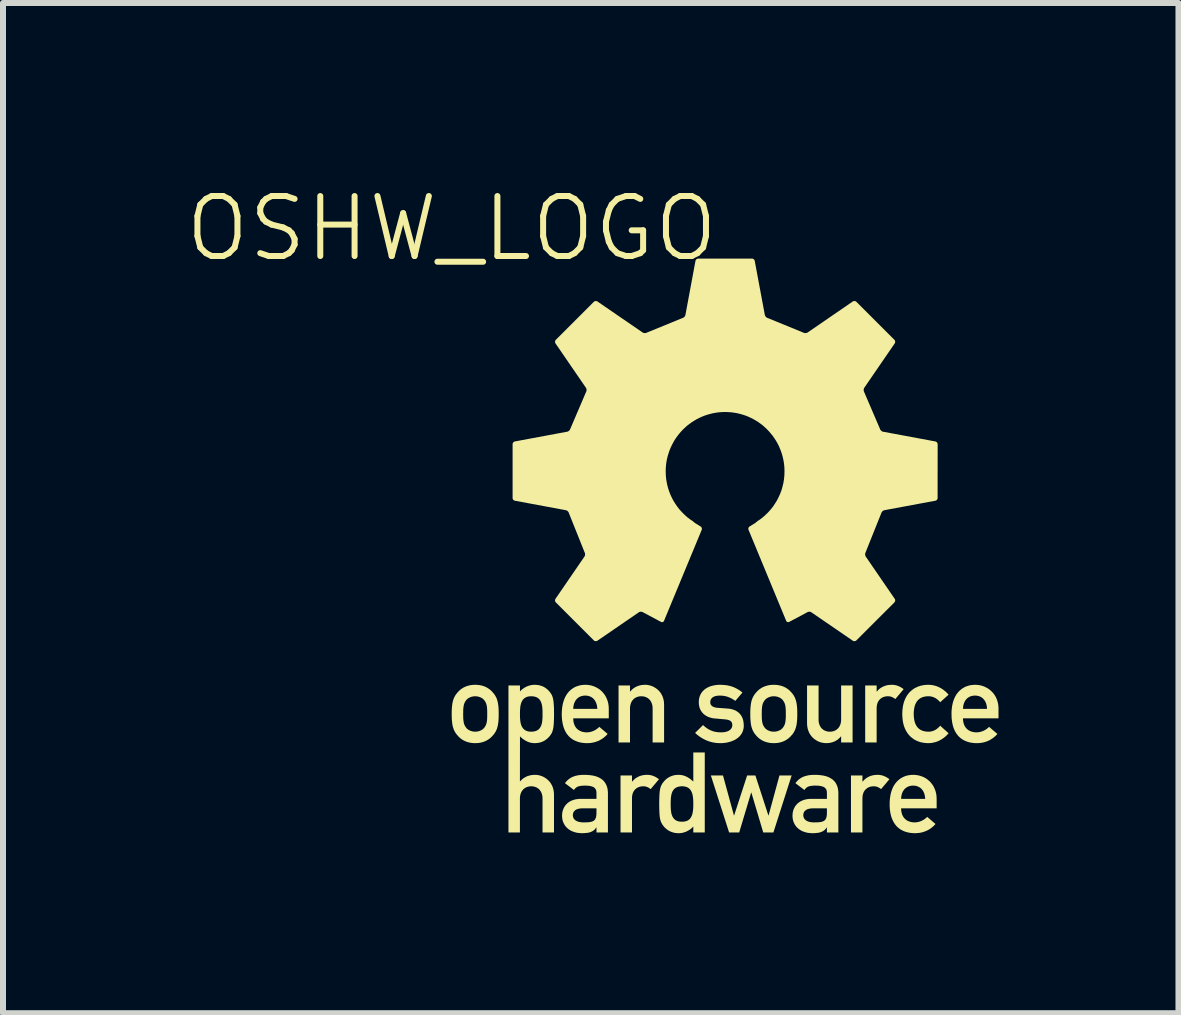
<source format=kicad_pcb>
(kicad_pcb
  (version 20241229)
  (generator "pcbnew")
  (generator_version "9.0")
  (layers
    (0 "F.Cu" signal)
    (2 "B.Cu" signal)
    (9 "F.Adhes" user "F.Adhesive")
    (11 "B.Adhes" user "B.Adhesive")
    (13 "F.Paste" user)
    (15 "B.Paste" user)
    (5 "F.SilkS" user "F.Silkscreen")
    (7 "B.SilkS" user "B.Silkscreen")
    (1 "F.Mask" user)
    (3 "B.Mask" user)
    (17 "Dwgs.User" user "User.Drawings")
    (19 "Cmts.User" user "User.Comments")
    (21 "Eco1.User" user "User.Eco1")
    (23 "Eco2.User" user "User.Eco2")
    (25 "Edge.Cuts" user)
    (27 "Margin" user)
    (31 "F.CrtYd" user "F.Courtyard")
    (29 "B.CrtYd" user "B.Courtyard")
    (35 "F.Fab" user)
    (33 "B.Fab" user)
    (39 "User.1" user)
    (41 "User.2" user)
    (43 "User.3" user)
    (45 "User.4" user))
  (footprint "OSHW_LOGO"
    (layer "F.Cu")
    (at 4.479 1.26)
    (property "Reference" "OSHW_LOGO" (at 0 -0.5 0) (unlocked yes) (layer "F.SilkS") (effects (font (size 1 1) (thickness 0.1))))
    (attr smd)
    (fp_poly (pts (xy 4.704 9.281) (xy 4.708 9.281) (xy 4.924 8.616) (xy 5.062 8.616) (xy 5.278 9.281) (xy 5.282 9.281) (xy 5.463 8.616) (xy 5.666 8.616) (xy 5.362 9.566) (xy 5.193 9.566) (xy 4.995 8.901) (xy 4.991 8.901) (xy 4.792 9.566) (xy 4.624 9.566) (xy 4.32 8.616) (xy 4.522 8.616)) (stroke (width -0.000001) (type solid)) (fill yes) (layer "F.SilkS"))
    (fp_poly (pts (xy 3.271 8.605) (xy 3.285 8.606) (xy 3.298 8.608) (xy 3.312 8.61) (xy 3.325 8.613) (xy 3.338 8.616) (xy 3.35 8.62) (xy 3.363 8.625) (xy 3.375 8.63) (xy 3.387 8.635) (xy 3.399 8.641) (xy 3.41 8.648) (xy 3.422 8.655) (xy 3.433 8.662) (xy 3.444 8.67) (xy 3.455 8.678) (xy 3.316 8.843) (xy 3.308 8.837) (xy 3.3 8.831) (xy 3.292 8.826) (xy 3.285 8.821) (xy 3.277 8.817) (xy 3.27 8.813) (xy 3.262 8.81) (xy 3.255 8.807) (xy 3.248 8.804) (xy 3.24 8.802) (xy 3.232 8.8) (xy 3.225 8.799) (xy 3.217 8.797) (xy 3.208 8.797) (xy 3.2 8.796) (xy 3.191 8.796) (xy 3.173 8.797) (xy 3.156 8.799) (xy 3.139 8.802) (xy 3.122 8.808) (xy 3.114 8.811) (xy 3.106 8.814) (xy 3.098 8.818) (xy 3.091 8.822) (xy 3.083 8.827) (xy 3.076 8.832) (xy 3.069 8.838) (xy 3.063 8.843) (xy 3.056 8.85) (xy 3.05 8.856) (xy 3.045 8.863) (xy 3.039 8.871) (xy 3.034 8.879) (xy 3.029 8.887) (xy 3.025 8.896) (xy 3.021 8.905) (xy 3.017 8.915) (xy 3.014 8.925) (xy 3.012 8.935) (xy 3.009 8.946) (xy 3.007 8.958) (xy 3.006 8.97) (xy 3.005 8.982) (xy 3.005 8.995) (xy 3.005 9.566) (xy 2.814 9.566) (xy 2.814 8.616) (xy 3.005 8.616) (xy 3.005 8.717) (xy 3.009 8.717) (xy 3.02 8.704) (xy 3.033 8.691) (xy 3.045 8.679) (xy 3.059 8.668) (xy 3.072 8.658) (xy 3.087 8.649) (xy 3.102 8.641) (xy 3.117 8.633) (xy 3.133 8.626) (xy 3.149 8.621) (xy 3.166 8.616) (xy 3.183 8.612) (xy 3.201 8.609) (xy 3.219 8.607) (xy 3.237 8.605) (xy 3.256 8.605)) (stroke (width -0.000001) (type solid)) (fill yes) (layer "F.SilkS"))
    (fp_poly (pts (xy 7.112 8.605) (xy 7.126 8.606) (xy 7.139 8.608) (xy 7.153 8.61) (xy 7.166 8.613) (xy 7.179 8.616) (xy 7.191 8.62) (xy 7.204 8.625) (xy 7.216 8.63) (xy 7.228 8.635) (xy 7.24 8.641) (xy 7.251 8.648) (xy 7.263 8.655) (xy 7.274 8.662) (xy 7.285 8.67) (xy 7.296 8.678) (xy 7.157 8.843) (xy 7.149 8.837) (xy 7.141 8.831) (xy 7.133 8.826) (xy 7.126 8.821) (xy 7.118 8.817) (xy 7.111 8.813) (xy 7.103 8.81) (xy 7.096 8.807) (xy 7.089 8.804) (xy 7.081 8.802) (xy 7.074 8.8) (xy 7.066 8.799) (xy 7.058 8.797) (xy 7.049 8.797) (xy 7.041 8.796) (xy 7.032 8.796) (xy 7.014 8.797) (xy 6.997 8.799) (xy 6.98 8.802) (xy 6.963 8.808) (xy 6.955 8.811) (xy 6.947 8.814) (xy 6.939 8.818) (xy 6.932 8.822) (xy 6.925 8.827) (xy 6.917 8.832) (xy 6.911 8.838) (xy 6.904 8.843) (xy 6.898 8.85) (xy 6.891 8.856) (xy 6.886 8.863) (xy 6.88 8.871) (xy 6.875 8.879) (xy 6.87 8.887) (xy 6.866 8.896) (xy 6.862 8.905) (xy 6.859 8.915) (xy 6.855 8.925) (xy 6.853 8.935) (xy 6.85 8.946) (xy 6.849 8.958) (xy 6.847 8.97) (xy 6.847 8.982) (xy 6.846 8.995) (xy 6.846 9.566) (xy 6.655 9.566) (xy 6.655 8.616) (xy 6.846 8.616) (xy 6.846 8.717) (xy 6.85 8.717) (xy 6.862 8.704) (xy 6.874 8.691) (xy 6.887 8.679) (xy 6.9 8.668) (xy 6.914 8.658) (xy 6.928 8.649) (xy 6.943 8.641) (xy 6.958 8.633) (xy 6.974 8.626) (xy 6.991 8.621) (xy 7.007 8.616) (xy 7.025 8.612) (xy 7.042 8.609) (xy 7.06 8.607) (xy 7.079 8.605) (xy 7.097 8.605)) (stroke (width -0.000001) (type solid)) (fill yes) (layer "F.SilkS"))
    (fp_poly (pts (xy 7.349 7.104) (xy 7.363 7.105) (xy 7.376 7.107) (xy 7.39 7.109) (xy 7.403 7.112) (xy 7.416 7.115) (xy 7.428 7.119) (xy 7.441 7.124) (xy 7.453 7.129) (xy 7.465 7.134) (xy 7.477 7.14) (xy 7.488 7.147) (xy 7.5 7.154) (xy 7.511 7.161) (xy 7.522 7.169) (xy 7.533 7.177) (xy 7.394 7.342) (xy 7.386 7.336) (xy 7.378 7.33) (xy 7.37 7.325) (xy 7.363 7.321) (xy 7.355 7.316) (xy 7.348 7.313) (xy 7.34 7.309) (xy 7.333 7.306) (xy 7.325 7.303) (xy 7.318 7.301) (xy 7.31 7.299) (xy 7.303 7.298) (xy 7.295 7.297) (xy 7.286 7.296) (xy 7.278 7.295) (xy 7.269 7.295) (xy 7.251 7.296) (xy 7.234 7.298) (xy 7.217 7.302) (xy 7.2 7.307) (xy 7.192 7.31) (xy 7.184 7.313) (xy 7.176 7.317) (xy 7.169 7.322) (xy 7.161 7.326) (xy 7.154 7.331) (xy 7.147 7.337) (xy 7.141 7.343) (xy 7.134 7.349) (xy 7.128 7.356) (xy 7.123 7.363) (xy 7.117 7.37) (xy 7.112 7.378) (xy 7.107 7.386) (xy 7.103 7.395) (xy 7.099 7.404) (xy 7.095 7.414) (xy 7.092 7.424) (xy 7.09 7.435) (xy 7.087 7.446) (xy 7.086 7.457) (xy 7.084 7.469) (xy 7.083 7.481) (xy 7.083 7.494) (xy 7.083 8.066) (xy 6.892 8.066) (xy 6.892 7.115) (xy 7.083 7.115) (xy 7.083 7.217) (xy 7.087 7.217) (xy 7.098 7.203) (xy 7.111 7.19) (xy 7.123 7.178) (xy 7.137 7.167) (xy 7.15 7.157) (xy 7.165 7.148) (xy 7.18 7.14) (xy 7.195 7.132) (xy 7.211 7.126) (xy 7.227 7.12) (xy 7.244 7.115) (xy 7.261 7.111) (xy 7.279 7.108) (xy 7.297 7.106) (xy 7.316 7.105) (xy 7.334 7.104)) (stroke (width -0.000001) (type solid)) (fill yes) (layer "F.SilkS"))
    (fp_poly (pts (xy 3.237 7.104) (xy 3.251 7.105) (xy 3.279 7.109) (xy 3.307 7.116) (xy 3.335 7.125) (xy 3.349 7.131) (xy 3.362 7.137) (xy 3.375 7.144) (xy 3.388 7.152) (xy 3.401 7.16) (xy 3.413 7.169) (xy 3.425 7.178) (xy 3.437 7.188) (xy 3.448 7.199) (xy 3.459 7.21) (xy 3.469 7.222) (xy 3.479 7.235) (xy 3.488 7.248) (xy 3.496 7.262) (xy 3.504 7.276) (xy 3.511 7.292) (xy 3.518 7.307) (xy 3.523 7.324) (xy 3.528 7.34) (xy 3.532 7.358) (xy 3.536 7.376) (xy 3.538 7.395) (xy 3.539 7.414) (xy 3.54 7.434) (xy 3.54 8.066) (xy 3.349 8.066) (xy 3.349 7.5) (xy 3.348 7.488) (xy 3.348 7.476) (xy 3.347 7.465) (xy 3.345 7.454) (xy 3.343 7.443) (xy 3.341 7.433) (xy 3.338 7.423) (xy 3.334 7.413) (xy 3.331 7.404) (xy 3.327 7.395) (xy 3.322 7.386) (xy 3.318 7.378) (xy 3.312 7.37) (xy 3.307 7.363) (xy 3.301 7.356) (xy 3.295 7.349) (xy 3.289 7.343) (xy 3.282 7.337) (xy 3.275 7.331) (xy 3.268 7.326) (xy 3.26 7.321) (xy 3.252 7.317) (xy 3.244 7.313) (xy 3.236 7.309) (xy 3.227 7.306) (xy 3.218 7.303) (xy 3.209 7.301) (xy 3.2 7.299) (xy 3.191 7.297) (xy 3.181 7.296) (xy 3.171 7.296) (xy 3.161 7.295) (xy 3.151 7.296) (xy 3.141 7.296) (xy 3.132 7.297) (xy 3.122 7.299) (xy 3.113 7.301) (xy 3.103 7.303) (xy 3.095 7.306) (xy 3.086 7.309) (xy 3.077 7.313) (xy 3.069 7.317) (xy 3.061 7.321) (xy 3.054 7.326) (xy 3.046 7.331) (xy 3.039 7.337) (xy 3.032 7.343) (xy 3.026 7.349) (xy 3.02 7.356) (xy 3.014 7.363) (xy 3.008 7.37) (xy 3.003 7.378) (xy 2.998 7.386) (xy 2.994 7.395) (xy 2.99 7.404) (xy 2.986 7.413) (xy 2.983 7.423) (xy 2.98 7.433) (xy 2.978 7.443) (xy 2.976 7.454) (xy 2.974 7.465) (xy 2.973 7.476) (xy 2.972 7.488) (xy 2.972 7.5) (xy 2.972 8.066) (xy 2.781 8.066) (xy 2.781 7.115) (xy 2.972 7.115) (xy 2.972 7.217) (xy 2.976 7.217) (xy 2.987 7.203) (xy 2.999 7.19) (xy 3.012 7.178) (xy 3.026 7.167) (xy 3.039 7.157) (xy 3.054 7.148) (xy 3.069 7.14) (xy 3.084 7.132) (xy 3.1 7.126) (xy 3.116 7.12) (xy 3.133 7.115) (xy 3.15 7.111) (xy 3.168 7.108) (xy 3.186 7.106) (xy 3.204 7.105) (xy 3.223 7.104)) (stroke (width -0.000001) (type solid)) (fill yes) (layer "F.SilkS"))
    (fp_poly (pts (xy 6.115 7.681) (xy 6.115 7.693) (xy 6.115 7.705) (xy 6.117 7.716) (xy 6.118 7.727) (xy 6.12 7.738) (xy 6.123 7.748) (xy 6.126 7.758) (xy 6.129 7.768) (xy 6.132 7.777) (xy 6.137 7.786) (xy 6.141 7.795) (xy 6.146 7.803) (xy 6.151 7.811) (xy 6.156 7.818) (xy 6.162 7.825) (xy 6.168 7.832) (xy 6.175 7.838) (xy 6.182 7.844) (xy 6.189 7.85) (xy 6.196 7.855) (xy 6.204 7.86) (xy 6.212 7.864) (xy 6.22 7.868) (xy 6.228 7.872) (xy 6.237 7.875) (xy 6.246 7.878) (xy 6.255 7.88) (xy 6.264 7.882) (xy 6.274 7.884) (xy 6.284 7.885) (xy 6.294 7.885) (xy 6.304 7.886) (xy 6.314 7.885) (xy 6.323 7.885) (xy 6.333 7.884) (xy 6.342 7.882) (xy 6.352 7.88) (xy 6.361 7.878) (xy 6.37 7.875) (xy 6.378 7.872) (xy 6.386 7.868) (xy 6.395 7.864) (xy 6.402 7.86) (xy 6.41 7.855) (xy 6.417 7.85) (xy 6.424 7.844) (xy 6.431 7.838) (xy 6.438 7.832) (xy 6.444 7.825) (xy 6.45 7.818) (xy 6.455 7.811) (xy 6.46 7.803) (xy 6.465 7.795) (xy 6.469 7.786) (xy 6.473 7.777) (xy 6.477 7.768) (xy 6.48 7.758) (xy 6.483 7.748) (xy 6.486 7.738) (xy 6.488 7.727) (xy 6.489 7.716) (xy 6.49 7.705) (xy 6.491 7.693) (xy 6.491 7.681) (xy 6.491 7.115) (xy 6.682 7.115) (xy 6.682 8.066) (xy 6.491 8.066) (xy 6.491 7.964) (xy 6.488 7.964) (xy 6.476 7.978) (xy 6.464 7.991) (xy 6.451 8.003) (xy 6.438 8.014) (xy 6.424 8.024) (xy 6.41 8.033) (xy 6.395 8.041) (xy 6.38 8.049) (xy 6.364 8.055) (xy 6.348 8.061) (xy 6.331 8.066) (xy 6.314 8.07) (xy 6.296 8.073) (xy 6.279 8.075) (xy 6.26 8.076) (xy 6.242 8.077) (xy 6.228 8.076) (xy 6.214 8.075) (xy 6.185 8.071) (xy 6.157 8.065) (xy 6.143 8.061) (xy 6.129 8.056) (xy 6.115 8.05) (xy 6.102 8.044) (xy 6.088 8.037) (xy 6.075 8.029) (xy 6.063 8.021) (xy 6.05 8.012) (xy 6.038 8.003) (xy 6.027 7.993) (xy 6.015 7.982) (xy 6.005 7.971) (xy 5.994 7.959) (xy 5.985 7.946) (xy 5.976 7.933) (xy 5.967 7.919) (xy 5.959 7.905) (xy 5.952 7.889) (xy 5.946 7.874) (xy 5.94 7.857) (xy 5.935 7.841) (xy 5.931 7.823) (xy 5.928 7.805) (xy 5.925 7.786) (xy 5.924 7.767) (xy 5.923 7.747) (xy 5.923 7.115) (xy 6.115 7.115)) (stroke (width -0.000001) (type solid)) (fill yes) (layer "F.SilkS"))
    (fp_poly (pts (xy 7.955 7.104) (xy 7.968 7.105) (xy 7.981 7.106) (xy 7.994 7.107) (xy 8.019 7.111) (xy 8.044 7.116) (xy 8.068 7.123) (xy 8.091 7.131) (xy 8.113 7.14) (xy 8.135 7.151) (xy 8.156 7.162) (xy 8.176 7.175) (xy 8.196 7.188) (xy 8.214 7.203) (xy 8.233 7.218) (xy 8.25 7.235) (xy 8.266 7.251) (xy 8.282 7.269) (xy 8.142 7.395) (xy 8.133 7.384) (xy 8.123 7.374) (xy 8.113 7.364) (xy 8.103 7.355) (xy 8.092 7.346) (xy 8.081 7.338) (xy 8.069 7.33) (xy 8.057 7.323) (xy 8.045 7.317) (xy 8.032 7.311) (xy 8.019 7.307) (xy 8.006 7.303) (xy 7.992 7.299) (xy 7.978 7.297) (xy 7.963 7.296) (xy 7.949 7.295) (xy 7.92 7.296) (xy 7.893 7.299) (xy 7.881 7.302) (xy 7.868 7.305) (xy 7.856 7.308) (xy 7.844 7.312) (xy 7.833 7.317) (xy 7.822 7.322) (xy 7.812 7.328) (xy 7.802 7.334) (xy 7.793 7.341) (xy 7.784 7.349) (xy 7.775 7.357) (xy 7.767 7.365) (xy 7.759 7.375) (xy 7.752 7.385) (xy 7.745 7.395) (xy 7.739 7.406) (xy 7.733 7.418) (xy 7.727 7.431) (xy 7.723 7.444) (xy 7.718 7.457) (xy 7.714 7.472) (xy 7.711 7.487) (xy 7.708 7.502) (xy 7.706 7.519) (xy 7.702 7.554) (xy 7.701 7.591) (xy 7.702 7.61) (xy 7.702 7.629) (xy 7.704 7.646) (xy 7.706 7.663) (xy 7.708 7.679) (xy 7.711 7.695) (xy 7.714 7.71) (xy 7.718 7.724) (xy 7.723 7.738) (xy 7.727 7.751) (xy 7.733 7.763) (xy 7.739 7.775) (xy 7.745 7.786) (xy 7.752 7.797) (xy 7.759 7.807) (xy 7.767 7.816) (xy 7.775 7.825) (xy 7.784 7.833) (xy 7.793 7.84) (xy 7.802 7.847) (xy 7.812 7.853) (xy 7.822 7.859) (xy 7.833 7.864) (xy 7.844 7.869) (xy 7.856 7.873) (xy 7.868 7.876) (xy 7.881 7.879) (xy 7.893 7.882) (xy 7.907 7.883) (xy 7.92 7.885) (xy 7.934 7.885) (xy 7.949 7.886) (xy 7.956 7.886) (xy 7.963 7.885) (xy 7.971 7.885) (xy 7.978 7.884) (xy 7.992 7.882) (xy 8.006 7.878) (xy 8.019 7.874) (xy 8.032 7.87) (xy 8.045 7.864) (xy 8.057 7.858) (xy 8.069 7.851) (xy 8.081 7.843) (xy 8.092 7.835) (xy 8.103 7.826) (xy 8.113 7.817) (xy 8.123 7.807) (xy 8.133 7.797) (xy 8.142 7.786) (xy 8.282 7.912) (xy 8.266 7.93) (xy 8.25 7.946) (xy 8.233 7.963) (xy 8.215 7.978) (xy 8.196 7.992) (xy 8.176 8.006) (xy 8.156 8.019) (xy 8.135 8.03) (xy 8.113 8.041) (xy 8.091 8.05) (xy 8.068 8.058) (xy 8.044 8.064) (xy 8.019 8.07) (xy 7.994 8.074) (xy 7.968 8.076) (xy 7.941 8.077) (xy 7.9 8.075) (xy 7.86 8.07) (xy 7.82 8.062) (xy 7.781 8.05) (xy 7.763 8.042) (xy 7.744 8.034) (xy 7.726 8.025) (xy 7.708 8.015) (xy 7.691 8.003) (xy 7.675 7.991) (xy 7.659 7.978) (xy 7.643 7.964) (xy 7.629 7.949) (xy 7.615 7.933) (xy 7.601 7.916) (xy 7.589 7.897) (xy 7.577 7.878) (xy 7.566 7.858) (xy 7.556 7.836) (xy 7.547 7.814) (xy 7.538 7.79) (xy 7.531 7.765) (xy 7.525 7.739) (xy 7.52 7.712) (xy 7.516 7.683) (xy 7.513 7.654) (xy 7.511 7.623) (xy 7.51 7.591) (xy 7.511 7.559) (xy 7.513 7.528) (xy 7.516 7.499) (xy 7.52 7.47) (xy 7.525 7.443) (xy 7.531 7.417) (xy 7.538 7.392) (xy 7.547 7.368) (xy 7.556 7.345) (xy 7.566 7.324) (xy 7.577 7.303) (xy 7.589 7.284) (xy 7.601 7.266) (xy 7.615 7.248) (xy 7.629 7.232) (xy 7.643 7.217) (xy 7.659 7.203) (xy 7.675 7.19) (xy 7.691 7.178) (xy 7.708 7.166) (xy 7.726 7.156) (xy 7.744 7.147) (xy 7.763 7.139) (xy 7.781 7.131) (xy 7.801 7.125) (xy 7.82 7.119) (xy 7.84 7.115) (xy 7.86 7.111) (xy 7.88 7.108) (xy 7.9 7.106) (xy 7.941 7.104)) (stroke (width -0.000001) (type solid)) (fill yes) (layer "F.SilkS"))
    (fp_poly (pts (xy 4.218 9.566) (xy 4.027 9.566) (xy 4.027 9.467) (xy 4.015 9.479) (xy 4.003 9.491) (xy 3.99 9.502) (xy 3.977 9.512) (xy 3.963 9.522) (xy 3.948 9.531) (xy 3.933 9.539) (xy 3.918 9.547) (xy 3.902 9.554) (xy 3.886 9.56) (xy 3.869 9.565) (xy 3.852 9.57) (xy 3.835 9.573) (xy 3.817 9.576) (xy 3.799 9.577) (xy 3.781 9.578) (xy 3.77 9.577) (xy 3.76 9.577) (xy 3.749 9.576) (xy 3.739 9.575) (xy 3.729 9.574) (xy 3.719 9.572) (xy 3.709 9.57) (xy 3.7 9.568) (xy 3.691 9.566) (xy 3.682 9.563) (xy 3.673 9.56) (xy 3.664 9.557) (xy 3.655 9.554) (xy 3.647 9.55) (xy 3.631 9.542) (xy 3.615 9.534) (xy 3.6 9.524) (xy 3.586 9.514) (xy 3.573 9.503) (xy 3.56 9.492) (xy 3.548 9.48) (xy 3.537 9.467) (xy 3.526 9.454) (xy 3.517 9.441) (xy 3.508 9.428) (xy 3.501 9.415) (xy 3.494 9.402) (xy 3.487 9.387) (xy 3.482 9.371) (xy 3.477 9.354) (xy 3.473 9.335) (xy 3.469 9.314) (xy 3.466 9.291) (xy 3.464 9.265) (xy 3.462 9.237) (xy 3.46 9.17) (xy 3.459 9.09) (xy 3.65 9.09) (xy 3.65 9.118) (xy 3.651 9.146) (xy 3.652 9.173) (xy 3.654 9.199) (xy 3.658 9.225) (xy 3.66 9.237) (xy 3.662 9.249) (xy 3.665 9.261) (xy 3.669 9.272) (xy 3.673 9.283) (xy 3.677 9.294) (xy 3.682 9.304) (xy 3.688 9.314) (xy 3.694 9.323) (xy 3.7 9.332) (xy 3.708 9.34) (xy 3.716 9.348) (xy 3.724 9.355) (xy 3.734 9.361) (xy 3.744 9.367) (xy 3.755 9.372) (xy 3.767 9.376) (xy 3.779 9.38) (xy 3.793 9.383) (xy 3.807 9.385) (xy 3.823 9.386) (xy 3.839 9.386) (xy 3.855 9.386) (xy 3.871 9.385) (xy 3.885 9.382) (xy 3.898 9.379) (xy 3.911 9.376) (xy 3.923 9.371) (xy 3.934 9.366) (xy 3.944 9.36) (xy 3.953 9.353) (xy 3.962 9.346) (xy 3.97 9.338) (xy 3.977 9.329) (xy 3.983 9.32) (xy 3.989 9.311) (xy 3.995 9.301) (xy 4 9.29) (xy 4.004 9.28) (xy 4.008 9.268) (xy 4.014 9.245) (xy 4.019 9.221) (xy 4.022 9.195) (xy 4.025 9.169) (xy 4.026 9.143) (xy 4.027 9.09) (xy 4.027 9.065) (xy 4.026 9.038) (xy 4.025 9.012) (xy 4.022 8.987) (xy 4.019 8.961) (xy 4.017 8.949) (xy 4.014 8.937) (xy 4.011 8.925) (xy 4.008 8.914) (xy 4.004 8.903) (xy 4 8.892) (xy 3.995 8.882) (xy 3.989 8.872) (xy 3.983 8.862) (xy 3.977 8.853) (xy 3.97 8.845) (xy 3.962 8.837) (xy 3.953 8.829) (xy 3.944 8.823) (xy 3.934 8.817) (xy 3.923 8.811) (xy 3.911 8.807) (xy 3.898 8.803) (xy 3.885 8.8) (xy 3.871 8.798) (xy 3.855 8.796) (xy 3.839 8.796) (xy 3.823 8.796) (xy 3.807 8.798) (xy 3.793 8.8) (xy 3.779 8.803) (xy 3.767 8.806) (xy 3.755 8.811) (xy 3.744 8.816) (xy 3.734 8.821) (xy 3.724 8.828) (xy 3.716 8.835) (xy 3.708 8.842) (xy 3.7 8.851) (xy 3.694 8.859) (xy 3.688 8.869) (xy 3.682 8.878) (xy 3.677 8.888) (xy 3.673 8.899) (xy 3.669 8.91) (xy 3.662 8.933) (xy 3.658 8.957) (xy 3.654 8.983) (xy 3.652 9.009) (xy 3.651 9.036) (xy 3.65 9.09) (xy 3.459 9.09) (xy 3.459 9.049) (xy 3.46 9.011) (xy 3.461 8.976) (xy 3.462 8.945) (xy 3.464 8.917) (xy 3.466 8.891) (xy 3.469 8.868) (xy 3.473 8.848) (xy 3.477 8.829) (xy 3.479 8.82) (xy 3.482 8.811) (xy 3.485 8.803) (xy 3.487 8.796) (xy 3.49 8.788) (xy 3.494 8.781) (xy 3.501 8.767) (xy 3.508 8.754) (xy 3.517 8.741) (xy 3.526 8.729) (xy 3.537 8.716) (xy 3.548 8.703) (xy 3.56 8.691) (xy 3.573 8.679) (xy 3.586 8.668) (xy 3.6 8.658) (xy 3.615 8.649) (xy 3.631 8.64) (xy 3.647 8.632) (xy 3.664 8.625) (xy 3.682 8.619) (xy 3.7 8.614) (xy 3.719 8.61) (xy 3.739 8.607) (xy 3.76 8.606) (xy 3.781 8.605) (xy 3.799 8.605) (xy 3.817 8.607) (xy 3.834 8.61) (xy 3.851 8.613) (xy 3.867 8.617) (xy 3.883 8.623) (xy 3.899 8.629) (xy 3.914 8.636) (xy 3.929 8.644) (xy 3.943 8.652) (xy 3.958 8.661) (xy 3.972 8.671) (xy 3.986 8.682) (xy 4 8.693) (xy 4.013 8.705) (xy 4.027 8.717) (xy 4.027 8.232) (xy 4.218 8.232)) (stroke (width -0.000001) (type solid)) (fill yes) (layer "F.SilkS"))
    (fp_poly (pts (xy 2.246 7.105) (xy 2.265 7.106) (xy 2.284 7.108) (xy 2.303 7.111) (xy 2.322 7.115) (xy 2.34 7.12) (xy 2.358 7.126) (xy 2.376 7.132) (xy 2.393 7.14) (xy 2.41 7.148) (xy 2.426 7.157) (xy 2.442 7.166) (xy 2.458 7.177) (xy 2.473 7.188) (xy 2.487 7.2) (xy 2.501 7.213) (xy 2.514 7.226) (xy 2.526 7.24) (xy 2.538 7.255) (xy 2.549 7.27) (xy 2.56 7.287) (xy 2.569 7.303) (xy 2.578 7.321) (xy 2.586 7.339) (xy 2.593 7.358) (xy 2.6 7.377) (xy 2.605 7.397) (xy 2.61 7.417) (xy 2.613 7.439) (xy 2.616 7.46) (xy 2.617 7.482) (xy 2.618 7.505) (xy 2.618 7.663) (xy 2.026 7.663) (xy 2.026 7.677) (xy 2.027 7.691) (xy 2.028 7.704) (xy 2.03 7.717) (xy 2.032 7.73) (xy 2.035 7.742) (xy 2.039 7.754) (xy 2.043 7.765) (xy 2.047 7.776) (xy 2.052 7.786) (xy 2.057 7.796) (xy 2.063 7.805) (xy 2.069 7.814) (xy 2.075 7.823) (xy 2.082 7.831) (xy 2.09 7.838) (xy 2.097 7.845) (xy 2.106 7.852) (xy 2.114 7.858) (xy 2.123 7.864) (xy 2.132 7.869) (xy 2.142 7.874) (xy 2.151 7.878) (xy 2.162 7.882) (xy 2.172 7.886) (xy 2.183 7.889) (xy 2.194 7.891) (xy 2.205 7.893) (xy 2.216 7.895) (xy 2.228 7.896) (xy 2.24 7.897) (xy 2.252 7.897) (xy 2.266 7.897) (xy 2.28 7.895) (xy 2.294 7.893) (xy 2.308 7.891) (xy 2.322 7.887) (xy 2.335 7.883) (xy 2.349 7.878) (xy 2.363 7.873) (xy 2.376 7.867) (xy 2.389 7.86) (xy 2.402 7.852) (xy 2.414 7.844) (xy 2.427 7.835) (xy 2.438 7.826) (xy 2.45 7.816) (xy 2.46 7.805) (xy 2.599 7.923) (xy 2.581 7.943) (xy 2.563 7.961) (xy 2.543 7.978) (xy 2.524 7.993) (xy 2.504 8.007) (xy 2.483 8.019) (xy 2.462 8.031) (xy 2.44 8.041) (xy 2.418 8.049) (xy 2.396 8.057) (xy 2.373 8.063) (xy 2.35 8.068) (xy 2.327 8.072) (xy 2.304 8.075) (xy 2.28 8.076) (xy 2.256 8.077) (xy 2.219 8.076) (xy 2.182 8.072) (xy 2.145 8.066) (xy 2.108 8.056) (xy 2.072 8.043) (xy 2.054 8.035) (xy 2.037 8.027) (xy 2.02 8.017) (xy 2.004 8.006) (xy 1.988 7.994) (xy 1.972 7.981) (xy 1.957 7.967) (xy 1.943 7.952) (xy 1.929 7.935) (xy 1.916 7.918) (xy 1.904 7.898) (xy 1.893 7.878) (xy 1.882 7.856) (xy 1.873 7.833) (xy 1.864 7.809) (xy 1.857 7.783) (xy 1.85 7.755) (xy 1.845 7.726) (xy 1.84 7.695) (xy 1.837 7.663) (xy 1.835 7.629) (xy 1.834 7.593) (xy 1.835 7.559) (xy 1.837 7.527) (xy 1.839 7.505) (xy 2.026 7.505) (xy 2.427 7.505) (xy 2.426 7.492) (xy 2.425 7.479) (xy 2.423 7.466) (xy 2.421 7.454) (xy 2.419 7.443) (xy 2.416 7.431) (xy 2.412 7.42) (xy 2.409 7.41) (xy 2.405 7.4) (xy 2.4 7.39) (xy 2.395 7.381) (xy 2.39 7.372) (xy 2.385 7.363) (xy 2.379 7.355) (xy 2.373 7.348) (xy 2.366 7.341) (xy 2.36 7.334) (xy 2.353 7.327) (xy 2.345 7.321) (xy 2.337 7.316) (xy 2.33 7.311) (xy 2.321 7.306) (xy 2.313 7.302) (xy 2.304 7.298) (xy 2.295 7.295) (xy 2.286 7.292) (xy 2.276 7.29) (xy 2.267 7.288) (xy 2.257 7.286) (xy 2.247 7.285) (xy 2.237 7.284) (xy 2.226 7.284) (xy 2.216 7.284) (xy 2.205 7.285) (xy 2.195 7.286) (xy 2.185 7.288) (xy 2.176 7.29) (xy 2.166 7.292) (xy 2.157 7.295) (xy 2.148 7.298) (xy 2.139 7.302) (xy 2.131 7.306) (xy 2.122 7.311) (xy 2.114 7.316) (xy 2.106 7.321) (xy 2.099 7.327) (xy 2.092 7.334) (xy 2.085 7.341) (xy 2.079 7.348) (xy 2.072 7.355) (xy 2.067 7.363) (xy 2.061 7.372) (xy 2.056 7.381) (xy 2.051 7.39) (xy 2.047 7.4) (xy 2.043 7.41) (xy 2.039 7.42) (xy 2.036 7.431) (xy 2.033 7.443) (xy 2.031 7.454) (xy 2.029 7.466) (xy 2.027 7.479) (xy 2.026 7.492) (xy 2.026 7.505) (xy 1.839 7.505) (xy 1.84 7.496) (xy 1.844 7.466) (xy 1.849 7.438) (xy 1.855 7.411) (xy 1.862 7.385) (xy 1.87 7.361) (xy 1.879 7.338) (xy 1.888 7.316) (xy 1.899 7.296) (xy 1.91 7.276) (xy 1.922 7.258) (xy 1.934 7.241) (xy 1.948 7.225) (xy 1.961 7.21) (xy 1.976 7.197) (xy 1.99 7.184) (xy 2.006 7.172) (xy 2.021 7.162) (xy 2.037 7.152) (xy 2.054 7.143) (xy 2.07 7.135) (xy 2.087 7.129) (xy 2.104 7.123) (xy 2.122 7.118) (xy 2.139 7.113) (xy 2.157 7.11) (xy 2.191 7.106) (xy 2.226 7.104)) (stroke (width -0.000001) (type solid)) (fill yes) (layer "F.SilkS"))
    (fp_poly (pts (xy 7.711 8.605) (xy 7.73 8.607) (xy 7.749 8.609) (xy 7.768 8.612) (xy 7.787 8.616) (xy 7.805 8.621) (xy 7.823 8.627) (xy 7.841 8.633) (xy 7.858 8.64) (xy 7.875 8.648) (xy 7.892 8.657) (xy 7.907 8.667) (xy 7.923 8.677) (xy 7.938 8.689) (xy 7.952 8.701) (xy 7.966 8.713) (xy 7.979 8.727) (xy 7.991 8.741) (xy 8.003 8.756) (xy 8.014 8.771) (xy 8.025 8.787) (xy 8.034 8.804) (xy 8.043 8.822) (xy 8.051 8.84) (xy 8.058 8.858) (xy 8.065 8.878) (xy 8.07 8.898) (xy 8.075 8.918) (xy 8.078 8.939) (xy 8.081 8.961) (xy 8.082 8.983) (xy 8.083 9.006) (xy 8.083 9.163) (xy 7.491 9.163) (xy 7.491 9.178) (xy 7.492 9.192) (xy 7.493 9.205) (xy 7.495 9.218) (xy 7.498 9.231) (xy 7.501 9.243) (xy 7.504 9.254) (xy 7.508 9.266) (xy 7.512 9.276) (xy 7.517 9.287) (xy 7.522 9.296) (xy 7.528 9.306) (xy 7.534 9.315) (xy 7.541 9.323) (xy 7.548 9.331) (xy 7.555 9.339) (xy 7.563 9.346) (xy 7.571 9.353) (xy 7.579 9.359) (xy 7.588 9.365) (xy 7.597 9.37) (xy 7.607 9.375) (xy 7.617 9.379) (xy 7.627 9.383) (xy 7.637 9.386) (xy 7.648 9.389) (xy 7.659 9.392) (xy 7.67 9.394) (xy 7.682 9.396) (xy 7.693 9.397) (xy 7.705 9.397) (xy 7.718 9.398) (xy 7.731 9.397) (xy 7.745 9.396) (xy 7.759 9.394) (xy 7.773 9.391) (xy 7.787 9.388) (xy 7.801 9.384) (xy 7.814 9.379) (xy 7.828 9.374) (xy 7.841 9.367) (xy 7.854 9.36) (xy 7.867 9.353) (xy 7.88 9.345) (xy 7.892 9.336) (xy 7.903 9.326) (xy 7.915 9.316) (xy 7.926 9.306) (xy 8.064 9.424) (xy 8.046 9.444) (xy 8.028 9.462) (xy 8.009 9.478) (xy 7.989 9.494) (xy 7.969 9.508) (xy 7.948 9.52) (xy 7.927 9.532) (xy 7.905 9.541) (xy 7.883 9.55) (xy 7.861 9.558) (xy 7.838 9.564) (xy 7.815 9.569) (xy 7.792 9.573) (xy 7.769 9.575) (xy 7.745 9.577) (xy 7.721 9.578) (xy 7.684 9.576) (xy 7.647 9.573) (xy 7.61 9.566) (xy 7.573 9.557) (xy 7.537 9.544) (xy 7.52 9.536) (xy 7.502 9.527) (xy 7.485 9.518) (xy 7.469 9.507) (xy 7.453 9.495) (xy 7.437 9.482) (xy 7.422 9.468) (xy 7.408 9.453) (xy 7.395 9.436) (xy 7.382 9.418) (xy 7.37 9.399) (xy 7.358 9.379) (xy 7.348 9.357) (xy 7.338 9.334) (xy 7.329 9.309) (xy 7.322 9.283) (xy 7.315 9.256) (xy 7.31 9.227) (xy 7.305 9.196) (xy 7.302 9.164) (xy 7.3 9.13) (xy 7.3 9.094) (xy 7.3 9.06) (xy 7.302 9.028) (xy 7.304 9.006) (xy 7.491 9.006) (xy 7.892 9.006) (xy 7.891 8.993) (xy 7.89 8.98) (xy 7.888 8.967) (xy 7.886 8.955) (xy 7.884 8.943) (xy 7.881 8.932) (xy 7.878 8.921) (xy 7.874 8.911) (xy 7.87 8.9) (xy 7.866 8.891) (xy 7.861 8.881) (xy 7.856 8.873) (xy 7.85 8.864) (xy 7.844 8.856) (xy 7.838 8.848) (xy 7.832 8.841) (xy 7.825 8.834) (xy 7.818 8.828) (xy 7.81 8.822) (xy 7.803 8.817) (xy 7.795 8.812) (xy 7.787 8.807) (xy 7.778 8.803) (xy 7.769 8.799) (xy 7.76 8.796) (xy 7.751 8.793) (xy 7.742 8.79) (xy 7.732 8.788) (xy 7.722 8.787) (xy 7.712 8.786) (xy 7.702 8.785) (xy 7.691 8.785) (xy 7.681 8.785) (xy 7.671 8.786) (xy 7.66 8.787) (xy 7.651 8.788) (xy 7.641 8.79) (xy 7.631 8.793) (xy 7.622 8.796) (xy 7.613 8.799) (xy 7.604 8.803) (xy 7.596 8.807) (xy 7.587 8.812) (xy 7.579 8.817) (xy 7.572 8.822) (xy 7.564 8.828) (xy 7.557 8.834) (xy 7.55 8.841) (xy 7.544 8.848) (xy 7.538 8.856) (xy 7.532 8.864) (xy 7.526 8.873) (xy 7.521 8.881) (xy 7.516 8.891) (xy 7.512 8.9) (xy 7.508 8.911) (xy 7.504 8.921) (xy 7.501 8.932) (xy 7.498 8.943) (xy 7.496 8.955) (xy 7.494 8.967) (xy 7.492 8.98) (xy 7.491 8.993) (xy 7.491 9.006) (xy 7.304 9.006) (xy 7.305 8.997) (xy 7.309 8.967) (xy 7.314 8.939) (xy 7.32 8.912) (xy 7.327 8.886) (xy 7.335 8.862) (xy 7.344 8.839) (xy 7.353 8.817) (xy 7.364 8.796) (xy 7.375 8.777) (xy 7.387 8.759) (xy 7.4 8.742) (xy 7.413 8.726) (xy 7.427 8.711) (xy 7.441 8.697) (xy 7.456 8.685) (xy 7.471 8.673) (xy 7.487 8.662) (xy 7.503 8.653) (xy 7.519 8.644) (xy 7.536 8.636) (xy 7.553 8.629) (xy 7.57 8.623) (xy 7.587 8.618) (xy 7.604 8.614) (xy 7.622 8.611) (xy 7.657 8.606) (xy 7.691 8.605)) (stroke (width -0.000001) (type solid)) (fill yes) (layer "F.SilkS"))
    (fp_poly (pts (xy 8.742 7.105) (xy 8.762 7.106) (xy 8.781 7.108) (xy 8.8 7.111) (xy 8.818 7.115) (xy 8.837 7.12) (xy 8.855 7.126) (xy 8.872 7.132) (xy 8.89 7.14) (xy 8.906 7.148) (xy 8.923 7.157) (xy 8.939 7.166) (xy 8.954 7.177) (xy 8.969 7.188) (xy 8.983 7.2) (xy 8.997 7.213) (xy 9.01 7.226) (xy 9.023 7.24) (xy 9.035 7.255) (xy 9.046 7.27) (xy 9.056 7.287) (xy 9.066 7.303) (xy 9.075 7.321) (xy 9.083 7.339) (xy 9.09 7.358) (xy 9.096 7.377) (xy 9.102 7.397) (xy 9.106 7.417) (xy 9.11 7.439) (xy 9.112 7.46) (xy 9.114 7.482) (xy 9.114 7.505) (xy 9.114 7.663) (xy 8.522 7.663) (xy 8.522 7.677) (xy 8.523 7.691) (xy 8.525 7.704) (xy 8.526 7.717) (xy 8.529 7.73) (xy 8.532 7.742) (xy 8.535 7.754) (xy 8.539 7.765) (xy 8.543 7.776) (xy 8.548 7.786) (xy 8.554 7.796) (xy 8.559 7.805) (xy 8.565 7.814) (xy 8.572 7.823) (xy 8.579 7.831) (xy 8.586 7.838) (xy 8.594 7.845) (xy 8.602 7.852) (xy 8.611 7.858) (xy 8.619 7.864) (xy 8.629 7.869) (xy 8.638 7.874) (xy 8.648 7.878) (xy 8.658 7.882) (xy 8.668 7.886) (xy 8.679 7.889) (xy 8.69 7.891) (xy 8.701 7.893) (xy 8.713 7.895) (xy 8.725 7.896) (xy 8.737 7.897) (xy 8.749 7.897) (xy 8.763 7.897) (xy 8.776 7.895) (xy 8.79 7.893) (xy 8.804 7.891) (xy 8.818 7.887) (xy 8.832 7.883) (xy 8.846 7.878) (xy 8.859 7.873) (xy 8.872 7.867) (xy 8.886 7.86) (xy 8.898 7.852) (xy 8.911 7.844) (xy 8.923 7.835) (xy 8.935 7.826) (xy 8.946 7.816) (xy 8.957 7.805) (xy 9.095 7.923) (xy 9.078 7.943) (xy 9.059 7.961) (xy 9.04 7.978) (xy 9.02 7.993) (xy 9 8.007) (xy 8.979 8.019) (xy 8.958 8.031) (xy 8.937 8.041) (xy 8.915 8.049) (xy 8.892 8.057) (xy 8.87 8.063) (xy 8.847 8.068) (xy 8.824 8.072) (xy 8.8 8.075) (xy 8.776 8.076) (xy 8.753 8.077) (xy 8.716 8.076) (xy 8.678 8.072) (xy 8.641 8.066) (xy 8.604 8.056) (xy 8.568 8.043) (xy 8.551 8.035) (xy 8.533 8.027) (xy 8.517 8.017) (xy 8.5 8.006) (xy 8.484 7.994) (xy 8.469 7.981) (xy 8.454 7.967) (xy 8.439 7.952) (xy 8.426 7.935) (xy 8.413 7.918) (xy 8.401 7.898) (xy 8.389 7.878) (xy 8.379 7.856) (xy 8.369 7.833) (xy 8.361 7.809) (xy 8.353 7.783) (xy 8.347 7.755) (xy 8.341 7.726) (xy 8.337 7.695) (xy 8.333 7.663) (xy 8.332 7.629) (xy 8.331 7.593) (xy 8.331 7.559) (xy 8.333 7.527) (xy 8.335 7.505) (xy 8.522 7.505) (xy 8.923 7.505) (xy 8.922 7.492) (xy 8.921 7.479) (xy 8.919 7.466) (xy 8.917 7.454) (xy 8.915 7.443) (xy 8.912 7.431) (xy 8.909 7.42) (xy 8.905 7.41) (xy 8.901 7.4) (xy 8.897 7.39) (xy 8.892 7.381) (xy 8.887 7.372) (xy 8.881 7.363) (xy 8.875 7.355) (xy 8.869 7.348) (xy 8.863 7.341) (xy 8.856 7.334) (xy 8.849 7.327) (xy 8.842 7.321) (xy 8.834 7.316) (xy 8.826 7.311) (xy 8.818 7.306) (xy 8.809 7.302) (xy 8.801 7.298) (xy 8.792 7.295) (xy 8.782 7.292) (xy 8.773 7.29) (xy 8.763 7.288) (xy 8.753 7.286) (xy 8.743 7.285) (xy 8.733 7.284) (xy 8.723 7.284) (xy 8.712 7.284) (xy 8.702 7.285) (xy 8.692 7.286) (xy 8.682 7.288) (xy 8.672 7.29) (xy 8.663 7.292) (xy 8.653 7.295) (xy 8.644 7.298) (xy 8.636 7.302) (xy 8.627 7.306) (xy 8.619 7.311) (xy 8.611 7.316) (xy 8.603 7.321) (xy 8.596 7.327) (xy 8.588 7.334) (xy 8.582 7.341) (xy 8.575 7.348) (xy 8.569 7.355) (xy 8.563 7.363) (xy 8.557 7.372) (xy 8.552 7.381) (xy 8.548 7.39) (xy 8.543 7.4) (xy 8.539 7.41) (xy 8.536 7.42) (xy 8.532 7.431) (xy 8.53 7.443) (xy 8.527 7.454) (xy 8.525 7.466) (xy 8.524 7.479) (xy 8.523 7.492) (xy 8.522 7.505) (xy 8.335 7.505) (xy 8.336 7.496) (xy 8.34 7.466) (xy 8.345 7.438) (xy 8.351 7.411) (xy 8.358 7.385) (xy 8.366 7.361) (xy 8.375 7.338) (xy 8.385 7.316) (xy 8.395 7.296) (xy 8.406 7.276) (xy 8.418 7.258) (xy 8.431 7.241) (xy 8.444 7.225) (xy 8.458 7.21) (xy 8.472 7.197) (xy 8.487 7.184) (xy 8.502 7.172) (xy 8.518 7.162) (xy 8.534 7.152) (xy 8.55 7.143) (xy 8.567 7.135) (xy 8.584 7.129) (xy 8.601 7.123) (xy 8.618 7.118) (xy 8.636 7.113) (xy 8.653 7.11) (xy 8.688 7.106) (xy 8.723 7.104)) (stroke (width -0.000001) (type solid)) (fill yes) (layer "F.SilkS"))
    (fp_poly (pts (xy 2.252 8.606) (xy 2.293 8.609) (xy 2.332 8.614) (xy 2.351 8.617) (xy 2.369 8.621) (xy 2.387 8.625) (xy 2.404 8.63) (xy 2.421 8.636) (xy 2.437 8.642) (xy 2.452 8.649) (xy 2.467 8.657) (xy 2.481 8.665) (xy 2.494 8.674) (xy 2.507 8.683) (xy 2.519 8.693) (xy 2.53 8.704) (xy 2.541 8.716) (xy 2.55 8.728) (xy 2.559 8.742) (xy 2.568 8.755) (xy 2.575 8.77) (xy 2.582 8.786) (xy 2.588 8.802) (xy 2.593 8.819) (xy 2.597 8.837) (xy 2.6 8.856) (xy 2.602 8.876) (xy 2.604 8.896) (xy 2.604 8.918) (xy 2.604 9.566) (xy 2.413 9.566) (xy 2.413 9.482) (xy 2.409 9.482) (xy 2.401 9.494) (xy 2.393 9.505) (xy 2.384 9.515) (xy 2.374 9.525) (xy 2.363 9.533) (xy 2.352 9.541) (xy 2.339 9.548) (xy 2.326 9.554) (xy 2.311 9.56) (xy 2.295 9.565) (xy 2.279 9.569) (xy 2.26 9.572) (xy 2.241 9.574) (xy 2.22 9.576) (xy 2.198 9.577) (xy 2.175 9.578) (xy 2.155 9.577) (xy 2.136 9.576) (xy 2.118 9.574) (xy 2.1 9.572) (xy 2.082 9.569) (xy 2.065 9.565) (xy 2.049 9.56) (xy 2.033 9.555) (xy 2.018 9.55) (xy 2.003 9.543) (xy 1.989 9.537) (xy 1.976 9.529) (xy 1.963 9.521) (xy 1.95 9.513) (xy 1.939 9.504) (xy 1.928 9.494) (xy 1.917 9.484) (xy 1.907 9.474) (xy 1.898 9.463) (xy 1.89 9.451) (xy 1.882 9.44) (xy 1.875 9.428) (xy 1.868 9.415) (xy 1.862 9.402) (xy 1.857 9.389) (xy 1.852 9.375) (xy 1.848 9.361) (xy 1.845 9.347) (xy 1.843 9.332) (xy 1.841 9.318) (xy 1.84 9.302) (xy 1.839 9.287) (xy 1.84 9.278) (xy 2.019 9.278) (xy 2.02 9.29) (xy 2.022 9.301) (xy 2.025 9.312) (xy 2.029 9.323) (xy 2.032 9.329) (xy 2.035 9.334) (xy 2.038 9.339) (xy 2.042 9.344) (xy 2.046 9.348) (xy 2.051 9.353) (xy 2.056 9.357) (xy 2.061 9.362) (xy 2.066 9.366) (xy 2.072 9.369) (xy 2.079 9.373) (xy 2.085 9.376) (xy 2.093 9.38) (xy 2.1 9.383) (xy 2.108 9.385) (xy 2.117 9.388) (xy 2.135 9.392) (xy 2.154 9.395) (xy 2.176 9.397) (xy 2.199 9.398) (xy 2.228 9.397) (xy 2.254 9.397) (xy 2.278 9.395) (xy 2.3 9.393) (xy 2.31 9.391) (xy 2.319 9.389) (xy 2.328 9.387) (xy 2.337 9.384) (xy 2.345 9.382) (xy 2.352 9.378) (xy 2.359 9.375) (xy 2.366 9.371) (xy 2.372 9.366) (xy 2.377 9.361) (xy 2.383 9.356) (xy 2.387 9.35) (xy 2.392 9.344) (xy 2.395 9.337) (xy 2.399 9.329) (xy 2.402 9.321) (xy 2.405 9.312) (xy 2.407 9.303) (xy 2.409 9.293) (xy 2.41 9.282) (xy 2.411 9.271) (xy 2.412 9.259) (xy 2.413 9.246) (xy 2.413 9.233) (xy 2.413 9.163) (xy 2.184 9.163) (xy 2.174 9.163) (xy 2.164 9.164) (xy 2.154 9.164) (xy 2.145 9.165) (xy 2.136 9.167) (xy 2.127 9.168) (xy 2.119 9.17) (xy 2.111 9.171) (xy 2.103 9.174) (xy 2.096 9.176) (xy 2.089 9.178) (xy 2.083 9.181) (xy 2.076 9.184) (xy 2.07 9.187) (xy 2.065 9.191) (xy 2.06 9.195) (xy 2.055 9.198) (xy 2.05 9.202) (xy 2.046 9.207) (xy 2.042 9.211) (xy 2.038 9.216) (xy 2.035 9.22) (xy 2.032 9.225) (xy 2.029 9.231) (xy 2.027 9.236) (xy 2.025 9.241) (xy 2.023 9.247) (xy 2.022 9.253) (xy 2.021 9.259) (xy 2.02 9.265) (xy 2.019 9.271) (xy 2.019 9.278) (xy 1.84 9.278) (xy 1.84 9.273) (xy 1.841 9.259) (xy 1.842 9.245) (xy 1.844 9.231) (xy 1.847 9.218) (xy 1.85 9.205) (xy 1.854 9.192) (xy 1.859 9.179) (xy 1.864 9.167) (xy 1.87 9.155) (xy 1.876 9.143) (xy 1.883 9.131) (xy 1.891 9.12) (xy 1.899 9.11) (xy 1.908 9.099) (xy 1.917 9.09) (xy 1.927 9.08) (xy 1.938 9.071) (xy 1.949 9.063) (xy 1.961 9.055) (xy 1.973 9.047) (xy 1.986 9.041) (xy 2 9.034) (xy 2.014 9.029) (xy 2.029 9.023) (xy 2.044 9.019) (xy 2.06 9.015) (xy 2.077 9.012) (xy 2.094 9.009) (xy 2.111 9.007) (xy 2.13 9.006) (xy 2.149 9.006) (xy 2.413 9.006) (xy 2.413 8.907) (xy 2.412 8.89) (xy 2.411 8.883) (xy 2.41 8.876) (xy 2.409 8.869) (xy 2.407 8.862) (xy 2.404 8.856) (xy 2.402 8.85) (xy 2.399 8.844) (xy 2.395 8.839) (xy 2.391 8.833) (xy 2.387 8.829) (xy 2.383 8.824) (xy 2.378 8.82) (xy 2.372 8.816) (xy 2.367 8.812) (xy 2.361 8.808) (xy 2.354 8.805) (xy 2.34 8.8) (xy 2.324 8.795) (xy 2.306 8.791) (xy 2.287 8.788) (xy 2.266 8.786) (xy 2.243 8.785) (xy 2.218 8.785) (xy 2.2 8.785) (xy 2.183 8.786) (xy 2.167 8.787) (xy 2.153 8.789) (xy 2.146 8.79) (xy 2.139 8.791) (xy 2.133 8.792) (xy 2.126 8.794) (xy 2.12 8.795) (xy 2.114 8.797) (xy 2.109 8.799) (xy 2.103 8.801) (xy 2.098 8.803) (xy 2.093 8.806) (xy 2.088 8.808) (xy 2.084 8.811) (xy 2.079 8.814) (xy 2.075 8.817) (xy 2.07 8.82) (xy 2.066 8.824) (xy 2.062 8.827) (xy 2.059 8.831) (xy 2.055 8.835) (xy 2.051 8.839) (xy 2.048 8.844) (xy 2.045 8.848) (xy 2.041 8.853) (xy 2.038 8.858) (xy 1.888 8.744) (xy 1.902 8.725) (xy 1.917 8.709) (xy 1.933 8.693) (xy 1.949 8.679) (xy 1.966 8.667) (xy 1.984 8.655) (xy 2.003 8.645) (xy 2.022 8.636) (xy 2.043 8.629) (xy 2.064 8.622) (xy 2.086 8.617) (xy 2.109 8.612) (xy 2.132 8.609) (xy 2.157 8.607) (xy 2.182 8.605) (xy 2.209 8.605)) (stroke (width -0.000001) (type solid)) (fill yes) (layer "F.SilkS"))
    (fp_poly (pts (xy 0.405 7.104) (xy 0.419 7.105) (xy 0.432 7.106) (xy 0.444 7.107) (xy 0.457 7.109) (xy 0.469 7.11) (xy 0.48 7.113) (xy 0.492 7.115) (xy 0.503 7.118) (xy 0.514 7.121) (xy 0.524 7.124) (xy 0.534 7.127) (xy 0.544 7.131) (xy 0.554 7.135) (xy 0.563 7.139) (xy 0.572 7.143) (xy 0.589 7.152) (xy 0.605 7.162) (xy 0.62 7.172) (xy 0.634 7.182) (xy 0.647 7.193) (xy 0.659 7.204) (xy 0.67 7.215) (xy 0.68 7.226) (xy 0.693 7.241) (xy 0.706 7.256) (xy 0.717 7.272) (xy 0.727 7.288) (xy 0.737 7.305) (xy 0.745 7.323) (xy 0.753 7.341) (xy 0.759 7.361) (xy 0.765 7.383) (xy 0.77 7.406) (xy 0.774 7.431) (xy 0.778 7.458) (xy 0.78 7.487) (xy 0.782 7.519) (xy 0.783 7.553) (xy 0.783 7.59) (xy 0.783 7.627) (xy 0.782 7.661) (xy 0.78 7.693) (xy 0.778 7.722) (xy 0.774 7.749) (xy 0.77 7.775) (xy 0.765 7.798) (xy 0.759 7.819) (xy 0.753 7.839) (xy 0.745 7.858) (xy 0.737 7.876) (xy 0.727 7.893) (xy 0.717 7.909) (xy 0.706 7.925) (xy 0.693 7.94) (xy 0.68 7.955) (xy 0.67 7.966) (xy 0.659 7.977) (xy 0.647 7.988) (xy 0.634 7.999) (xy 0.62 8.009) (xy 0.605 8.019) (xy 0.589 8.029) (xy 0.572 8.038) (xy 0.554 8.046) (xy 0.534 8.054) (xy 0.514 8.06) (xy 0.492 8.066) (xy 0.469 8.071) (xy 0.444 8.074) (xy 0.419 8.076) (xy 0.392 8.077) (xy 0.378 8.077) (xy 0.365 8.076) (xy 0.352 8.075) (xy 0.339 8.074) (xy 0.327 8.072) (xy 0.315 8.071) (xy 0.303 8.068) (xy 0.292 8.066) (xy 0.28 8.063) (xy 0.27 8.06) (xy 0.259 8.057) (xy 0.249 8.054) (xy 0.239 8.05) (xy 0.23 8.046) (xy 0.22 8.042) (xy 0.212 8.038) (xy 0.194 8.029) (xy 0.178 8.019) (xy 0.163 8.009) (xy 0.149 7.999) (xy 0.136 7.988) (xy 0.124 7.977) (xy 0.113 7.966) (xy 0.103 7.955) (xy 0.09 7.94) (xy 0.078 7.925) (xy 0.066 7.909) (xy 0.056 7.893) (xy 0.047 7.876) (xy 0.038 7.858) (xy 0.031 7.839) (xy 0.024 7.819) (xy 0.018 7.798) (xy 0.013 7.775) (xy 0.009 7.749) (xy 0.006 7.722) (xy 0.003 7.693) (xy 0.001 7.661) (xy 0.000354 7.627) (xy 0 7.59) (xy 0.191 7.59) (xy 0.191 7.614) (xy 0.192 7.637) (xy 0.192 7.658) (xy 0.193 7.676) (xy 0.195 7.693) (xy 0.197 7.709) (xy 0.199 7.723) (xy 0.201 7.736) (xy 0.204 7.748) (xy 0.208 7.759) (xy 0.211 7.769) (xy 0.216 7.779) (xy 0.22 7.788) (xy 0.226 7.798) (xy 0.232 7.807) (xy 0.238 7.816) (xy 0.244 7.824) (xy 0.25 7.831) (xy 0.257 7.837) (xy 0.265 7.844) (xy 0.273 7.85) (xy 0.282 7.856) (xy 0.291 7.861) (xy 0.301 7.866) (xy 0.311 7.87) (xy 0.322 7.874) (xy 0.333 7.878) (xy 0.344 7.88) (xy 0.356 7.883) (xy 0.367 7.884) (xy 0.379 7.885) (xy 0.392 7.886) (xy 0.404 7.885) (xy 0.416 7.884) (xy 0.428 7.883) (xy 0.439 7.88) (xy 0.451 7.878) (xy 0.462 7.874) (xy 0.472 7.87) (xy 0.483 7.866) (xy 0.492 7.861) (xy 0.502 7.856) (xy 0.51 7.85) (xy 0.519 7.844) (xy 0.526 7.837) (xy 0.533 7.831) (xy 0.54 7.824) (xy 0.543 7.82) (xy 0.545 7.816) (xy 0.552 7.807) (xy 0.558 7.798) (xy 0.563 7.788) (xy 0.568 7.779) (xy 0.572 7.769) (xy 0.576 7.759) (xy 0.579 7.748) (xy 0.582 7.736) (xy 0.585 7.723) (xy 0.587 7.709) (xy 0.589 7.694) (xy 0.59 7.677) (xy 0.591 7.659) (xy 0.592 7.638) (xy 0.592 7.591) (xy 0.592 7.567) (xy 0.592 7.544) (xy 0.591 7.523) (xy 0.59 7.505) (xy 0.589 7.488) (xy 0.587 7.472) (xy 0.585 7.458) (xy 0.582 7.445) (xy 0.579 7.433) (xy 0.576 7.422) (xy 0.572 7.412) (xy 0.568 7.402) (xy 0.563 7.392) (xy 0.558 7.383) (xy 0.552 7.374) (xy 0.545 7.365) (xy 0.54 7.357) (xy 0.533 7.35) (xy 0.526 7.344) (xy 0.519 7.337) (xy 0.51 7.331) (xy 0.502 7.325) (xy 0.492 7.32) (xy 0.483 7.315) (xy 0.472 7.311) (xy 0.462 7.307) (xy 0.451 7.303) (xy 0.439 7.301) (xy 0.428 7.298) (xy 0.416 7.297) (xy 0.404 7.296) (xy 0.392 7.295) (xy 0.379 7.296) (xy 0.367 7.297) (xy 0.356 7.298) (xy 0.344 7.301) (xy 0.333 7.303) (xy 0.322 7.307) (xy 0.311 7.311) (xy 0.301 7.315) (xy 0.291 7.32) (xy 0.282 7.325) (xy 0.273 7.331) (xy 0.265 7.337) (xy 0.257 7.344) (xy 0.25 7.35) (xy 0.244 7.357) (xy 0.241 7.361) (xy 0.238 7.365) (xy 0.232 7.374) (xy 0.226 7.383) (xy 0.22 7.392) (xy 0.216 7.402) (xy 0.211 7.412) (xy 0.208 7.422) (xy 0.204 7.433) (xy 0.201 7.445) (xy 0.199 7.458) (xy 0.197 7.472) (xy 0.195 7.487) (xy 0.193 7.504) (xy 0.192 7.522) (xy 0.192 7.543) (xy 0.191 7.59) (xy 0 7.59) (xy 0.000354 7.553) (xy 0.001 7.519) (xy 0.003 7.487) (xy 0.006 7.458) (xy 0.009 7.431) (xy 0.013 7.406) (xy 0.018 7.383) (xy 0.024 7.361) (xy 0.031 7.341) (xy 0.038 7.323) (xy 0.047 7.305) (xy 0.056 7.288) (xy 0.066 7.272) (xy 0.078 7.256) (xy 0.09 7.241) (xy 0.103 7.226) (xy 0.113 7.215) (xy 0.124 7.204) (xy 0.136 7.193) (xy 0.149 7.182) (xy 0.163 7.172) (xy 0.178 7.162) (xy 0.194 7.152) (xy 0.212 7.143) (xy 0.23 7.135) (xy 0.249 7.127) (xy 0.27 7.121) (xy 0.292 7.115) (xy 0.315 7.11) (xy 0.339 7.107) (xy 0.365 7.105) (xy 0.392 7.104)) (stroke (width -0.000001) (type solid)) (fill yes) (layer "F.SilkS"))
    (fp_poly (pts (xy 5.382 7.104) (xy 5.396 7.105) (xy 5.409 7.106) (xy 5.421 7.107) (xy 5.434 7.109) (xy 5.446 7.11) (xy 5.457 7.113) (xy 5.469 7.115) (xy 5.48 7.118) (xy 5.491 7.121) (xy 5.501 7.124) (xy 5.511 7.127) (xy 5.521 7.131) (xy 5.531 7.135) (xy 5.54 7.139) (xy 5.549 7.143) (xy 5.566 7.152) (xy 5.582 7.162) (xy 5.597 7.172) (xy 5.611 7.182) (xy 5.624 7.193) (xy 5.636 7.204) (xy 5.647 7.215) (xy 5.657 7.226) (xy 5.67 7.241) (xy 5.683 7.256) (xy 5.694 7.272) (xy 5.704 7.288) (xy 5.713 7.305) (xy 5.722 7.323) (xy 5.729 7.341) (xy 5.736 7.361) (xy 5.742 7.383) (xy 5.747 7.406) (xy 5.751 7.431) (xy 5.754 7.458) (xy 5.757 7.487) (xy 5.759 7.519) (xy 5.76 7.553) (xy 5.76 7.59) (xy 5.76 7.627) (xy 5.759 7.661) (xy 5.757 7.693) (xy 5.754 7.722) (xy 5.751 7.749) (xy 5.747 7.775) (xy 5.742 7.798) (xy 5.736 7.819) (xy 5.729 7.839) (xy 5.722 7.858) (xy 5.713 7.876) (xy 5.704 7.893) (xy 5.694 7.909) (xy 5.683 7.925) (xy 5.67 7.94) (xy 5.657 7.955) (xy 5.647 7.966) (xy 5.636 7.977) (xy 5.624 7.988) (xy 5.611 7.999) (xy 5.597 8.009) (xy 5.582 8.019) (xy 5.566 8.029) (xy 5.549 8.038) (xy 5.531 8.046) (xy 5.511 8.054) (xy 5.491 8.06) (xy 5.469 8.066) (xy 5.446 8.071) (xy 5.421 8.074) (xy 5.396 8.076) (xy 5.369 8.077) (xy 5.355 8.077) (xy 5.341 8.076) (xy 5.328 8.075) (xy 5.316 8.074) (xy 5.303 8.072) (xy 5.291 8.071) (xy 5.28 8.068) (xy 5.268 8.066) (xy 5.257 8.063) (xy 5.247 8.06) (xy 5.236 8.057) (xy 5.226 8.054) (xy 5.216 8.05) (xy 5.207 8.046) (xy 5.197 8.042) (xy 5.188 8.038) (xy 5.171 8.029) (xy 5.155 8.019) (xy 5.14 8.009) (xy 5.126 7.999) (xy 5.113 7.988) (xy 5.101 7.977) (xy 5.09 7.966) (xy 5.08 7.955) (xy 5.067 7.94) (xy 5.055 7.925) (xy 5.043 7.909) (xy 5.033 7.893) (xy 5.024 7.876) (xy 5.015 7.858) (xy 5.008 7.839) (xy 5.001 7.819) (xy 4.995 7.798) (xy 4.99 7.775) (xy 4.986 7.749) (xy 4.983 7.722) (xy 4.98 7.693) (xy 4.978 7.661) (xy 4.977 7.627) (xy 4.977 7.59) (xy 5.168 7.59) (xy 5.168 7.614) (xy 5.169 7.637) (xy 5.169 7.658) (xy 5.17 7.676) (xy 5.172 7.693) (xy 5.173 7.709) (xy 5.176 7.723) (xy 5.178 7.736) (xy 5.181 7.748) (xy 5.184 7.759) (xy 5.188 7.769) (xy 5.193 7.779) (xy 5.197 7.788) (xy 5.203 7.798) (xy 5.209 7.807) (xy 5.215 7.816) (xy 5.221 7.824) (xy 5.227 7.831) (xy 5.234 7.837) (xy 5.242 7.844) (xy 5.25 7.85) (xy 5.259 7.856) (xy 5.268 7.861) (xy 5.278 7.866) (xy 5.288 7.87) (xy 5.299 7.874) (xy 5.31 7.878) (xy 5.321 7.88) (xy 5.332 7.883) (xy 5.344 7.884) (xy 5.356 7.885) (xy 5.369 7.886) (xy 5.381 7.885) (xy 5.393 7.884) (xy 5.405 7.883) (xy 5.416 7.88) (xy 5.428 7.878) (xy 5.439 7.874) (xy 5.449 7.87) (xy 5.459 7.866) (xy 5.469 7.861) (xy 5.479 7.856) (xy 5.487 7.85) (xy 5.496 7.844) (xy 5.503 7.837) (xy 5.51 7.831) (xy 5.517 7.824) (xy 5.519 7.82) (xy 5.522 7.816) (xy 5.529 7.807) (xy 5.534 7.798) (xy 5.54 7.788) (xy 5.545 7.779) (xy 5.549 7.769) (xy 5.553 7.759) (xy 5.556 7.748) (xy 5.559 7.736) (xy 5.562 7.723) (xy 5.564 7.709) (xy 5.565 7.694) (xy 5.567 7.677) (xy 5.568 7.659) (xy 5.569 7.638) (xy 5.569 7.591) (xy 5.569 7.567) (xy 5.569 7.544) (xy 5.568 7.523) (xy 5.567 7.505) (xy 5.565 7.488) (xy 5.564 7.472) (xy 5.562 7.458) (xy 5.559 7.445) (xy 5.556 7.433) (xy 5.553 7.422) (xy 5.549 7.412) (xy 5.545 7.402) (xy 5.54 7.392) (xy 5.534 7.383) (xy 5.529 7.374) (xy 5.522 7.365) (xy 5.517 7.357) (xy 5.51 7.35) (xy 5.503 7.344) (xy 5.496 7.337) (xy 5.487 7.331) (xy 5.479 7.325) (xy 5.469 7.32) (xy 5.459 7.315) (xy 5.449 7.311) (xy 5.439 7.307) (xy 5.428 7.303) (xy 5.416 7.301) (xy 5.405 7.298) (xy 5.393 7.297) (xy 5.381 7.296) (xy 5.369 7.295) (xy 5.356 7.296) (xy 5.344 7.297) (xy 5.332 7.298) (xy 5.321 7.301) (xy 5.31 7.303) (xy 5.299 7.307) (xy 5.288 7.311) (xy 5.278 7.315) (xy 5.268 7.32) (xy 5.259 7.325) (xy 5.25 7.331) (xy 5.242 7.337) (xy 5.234 7.344) (xy 5.227 7.35) (xy 5.221 7.357) (xy 5.218 7.361) (xy 5.215 7.365) (xy 5.209 7.374) (xy 5.203 7.383) (xy 5.197 7.392) (xy 5.193 7.402) (xy 5.188 7.412) (xy 5.184 7.422) (xy 5.181 7.433) (xy 5.178 7.445) (xy 5.176 7.458) (xy 5.173 7.472) (xy 5.172 7.487) (xy 5.17 7.504) (xy 5.169 7.522) (xy 5.169 7.543) (xy 5.168 7.59) (xy 4.977 7.59) (xy 4.977 7.553) (xy 4.978 7.519) (xy 4.98 7.487) (xy 4.983 7.458) (xy 4.986 7.431) (xy 4.99 7.406) (xy 4.995 7.383) (xy 5.001 7.361) (xy 5.008 7.341) (xy 5.015 7.323) (xy 5.024 7.305) (xy 5.033 7.288) (xy 5.043 7.272) (xy 5.055 7.256) (xy 5.067 7.241) (xy 5.08 7.226) (xy 5.09 7.215) (xy 5.101 7.204) (xy 5.113 7.193) (xy 5.126 7.182) (xy 5.14 7.172) (xy 5.155 7.162) (xy 5.171 7.152) (xy 5.188 7.143) (xy 5.207 7.135) (xy 5.226 7.127) (xy 5.247 7.121) (xy 5.268 7.115) (xy 5.291 7.11) (xy 5.316 7.107) (xy 5.341 7.105) (xy 5.369 7.104)) (stroke (width -0.000001) (type solid)) (fill yes) (layer "F.SilkS"))
    (fp_poly (pts (xy 6.093 8.606) (xy 6.134 8.609) (xy 6.173 8.614) (xy 6.192 8.617) (xy 6.21 8.621) (xy 6.228 8.625) (xy 6.245 8.63) (xy 6.262 8.636) (xy 6.278 8.642) (xy 6.293 8.649) (xy 6.308 8.657) (xy 6.322 8.665) (xy 6.335 8.674) (xy 6.348 8.683) (xy 6.36 8.693) (xy 6.371 8.704) (xy 6.382 8.716) (xy 6.392 8.728) (xy 6.401 8.742) (xy 6.409 8.755) (xy 6.416 8.77) (xy 6.423 8.786) (xy 6.429 8.802) (xy 6.434 8.819) (xy 6.438 8.837) (xy 6.441 8.856) (xy 6.443 8.876) (xy 6.445 8.896) (xy 6.445 8.918) (xy 6.445 9.566) (xy 6.254 9.566) (xy 6.254 9.482) (xy 6.25 9.482) (xy 6.243 9.494) (xy 6.234 9.505) (xy 6.225 9.515) (xy 6.215 9.525) (xy 6.204 9.533) (xy 6.193 9.541) (xy 6.18 9.548) (xy 6.167 9.554) (xy 6.152 9.56) (xy 6.137 9.565) (xy 6.12 9.569) (xy 6.102 9.572) (xy 6.082 9.574) (xy 6.062 9.576) (xy 6.039 9.577) (xy 6.016 9.578) (xy 5.996 9.577) (xy 5.977 9.576) (xy 5.959 9.574) (xy 5.941 9.572) (xy 5.923 9.569) (xy 5.906 9.565) (xy 5.89 9.56) (xy 5.874 9.555) (xy 5.859 9.55) (xy 5.844 9.543) (xy 5.83 9.537) (xy 5.817 9.529) (xy 5.804 9.521) (xy 5.792 9.513) (xy 5.78 9.504) (xy 5.769 9.494) (xy 5.758 9.484) (xy 5.748 9.474) (xy 5.739 9.463) (xy 5.731 9.451) (xy 5.723 9.44) (xy 5.716 9.428) (xy 5.709 9.415) (xy 5.703 9.402) (xy 5.698 9.389) (xy 5.693 9.375) (xy 5.689 9.361) (xy 5.686 9.347) (xy 5.684 9.332) (xy 5.682 9.318) (xy 5.681 9.302) (xy 5.68 9.287) (xy 5.681 9.278) (xy 5.86 9.278) (xy 5.861 9.29) (xy 5.863 9.301) (xy 5.866 9.312) (xy 5.87 9.323) (xy 5.873 9.329) (xy 5.876 9.334) (xy 5.88 9.339) (xy 5.883 9.344) (xy 5.887 9.348) (xy 5.892 9.353) (xy 5.897 9.357) (xy 5.902 9.362) (xy 5.908 9.366) (xy 5.914 9.369) (xy 5.92 9.373) (xy 5.927 9.376) (xy 5.934 9.38) (xy 5.941 9.383) (xy 5.949 9.385) (xy 5.958 9.388) (xy 5.976 9.392) (xy 5.996 9.395) (xy 6.017 9.397) (xy 6.04 9.398) (xy 6.069 9.397) (xy 6.095 9.397) (xy 6.119 9.395) (xy 6.141 9.393) (xy 6.151 9.391) (xy 6.161 9.389) (xy 6.169 9.387) (xy 6.178 9.384) (xy 6.186 9.382) (xy 6.193 9.378) (xy 6.2 9.375) (xy 6.207 9.371) (xy 6.213 9.366) (xy 6.219 9.361) (xy 6.224 9.356) (xy 6.228 9.35) (xy 6.233 9.344) (xy 6.237 9.337) (xy 6.24 9.329) (xy 6.243 9.321) (xy 6.246 9.312) (xy 6.248 9.303) (xy 6.25 9.293) (xy 6.251 9.282) (xy 6.253 9.271) (xy 6.253 9.259) (xy 6.254 9.246) (xy 6.254 9.233) (xy 6.254 9.233) (xy 6.254 9.163) (xy 6.025 9.163) (xy 6.015 9.163) (xy 6.005 9.164) (xy 5.995 9.164) (xy 5.986 9.165) (xy 5.977 9.167) (xy 5.968 9.168) (xy 5.96 9.17) (xy 5.952 9.171) (xy 5.945 9.174) (xy 5.937 9.176) (xy 5.93 9.178) (xy 5.924 9.181) (xy 5.918 9.184) (xy 5.912 9.187) (xy 5.906 9.191) (xy 5.901 9.195) (xy 5.896 9.198) (xy 5.891 9.202) (xy 5.887 9.207) (xy 5.883 9.211) (xy 5.879 9.216) (xy 5.876 9.22) (xy 5.873 9.225) (xy 5.87 9.231) (xy 5.868 9.236) (xy 5.866 9.241) (xy 5.864 9.247) (xy 5.863 9.253) (xy 5.862 9.259) (xy 5.861 9.265) (xy 5.861 9.271) (xy 5.86 9.278) (xy 5.681 9.278) (xy 5.681 9.273) (xy 5.682 9.259) (xy 5.683 9.245) (xy 5.685 9.231) (xy 5.688 9.218) (xy 5.691 9.205) (xy 5.695 9.192) (xy 5.7 9.179) (xy 5.705 9.167) (xy 5.711 9.155) (xy 5.717 9.143) (xy 5.724 9.131) (xy 5.732 9.12) (xy 5.74 9.11) (xy 5.749 9.099) (xy 5.758 9.09) (xy 5.768 9.08) (xy 5.779 9.071) (xy 5.79 9.063) (xy 5.802 9.055) (xy 5.814 9.047) (xy 5.827 9.041) (xy 5.841 9.034) (xy 5.855 9.029) (xy 5.87 9.023) (xy 5.885 9.019) (xy 5.901 9.015) (xy 5.918 9.012) (xy 5.935 9.009) (xy 5.953 9.007) (xy 5.971 9.006) (xy 5.99 9.006) (xy 6.254 9.006) (xy 6.254 8.907) (xy 6.253 8.89) (xy 6.252 8.883) (xy 6.251 8.876) (xy 6.25 8.869) (xy 6.248 8.862) (xy 6.245 8.856) (xy 6.243 8.85) (xy 6.24 8.844) (xy 6.236 8.839) (xy 6.233 8.833) (xy 6.228 8.829) (xy 6.224 8.824) (xy 6.219 8.82) (xy 6.214 8.816) (xy 6.208 8.812) (xy 6.202 8.808) (xy 6.195 8.805) (xy 6.181 8.8) (xy 6.165 8.795) (xy 6.147 8.791) (xy 6.128 8.788) (xy 6.107 8.786) (xy 6.084 8.785) (xy 6.059 8.785) (xy 6.041 8.785) (xy 6.024 8.786) (xy 6.008 8.787) (xy 5.994 8.789) (xy 5.987 8.79) (xy 5.98 8.791) (xy 5.974 8.792) (xy 5.967 8.794) (xy 5.961 8.795) (xy 5.956 8.797) (xy 5.95 8.799) (xy 5.944 8.801) (xy 5.939 8.803) (xy 5.934 8.806) (xy 5.929 8.808) (xy 5.925 8.811) (xy 5.92 8.814) (xy 5.916 8.817) (xy 5.912 8.82) (xy 5.908 8.824) (xy 5.904 8.827) (xy 5.9 8.831) (xy 5.896 8.835) (xy 5.893 8.839) (xy 5.889 8.844) (xy 5.886 8.848) (xy 5.882 8.853) (xy 5.879 8.858) (xy 5.729 8.744) (xy 5.743 8.725) (xy 5.758 8.709) (xy 5.774 8.693) (xy 5.79 8.679) (xy 5.807 8.667) (xy 5.825 8.655) (xy 5.844 8.645) (xy 5.863 8.636) (xy 5.884 8.629) (xy 5.905 8.622) (xy 5.927 8.617) (xy 5.95 8.612) (xy 5.974 8.609) (xy 5.998 8.607) (xy 6.023 8.605) (xy 6.05 8.605)) (stroke (width -0.000001) (type solid)) (fill yes) (layer "F.SilkS"))
    (fp_poly (pts (xy 4.503 7.105) (xy 4.533 7.107) (xy 4.561 7.109) (xy 4.588 7.113) (xy 4.614 7.118) (xy 4.639 7.124) (xy 4.663 7.131) (xy 4.687 7.139) (xy 4.709 7.148) (xy 4.73 7.158) (xy 4.751 7.169) (xy 4.771 7.18) (xy 4.791 7.192) (xy 4.81 7.205) (xy 4.828 7.219) (xy 4.846 7.234) (xy 4.728 7.372) (xy 4.714 7.363) (xy 4.699 7.353) (xy 4.685 7.345) (xy 4.671 7.336) (xy 4.656 7.329) (xy 4.641 7.321) (xy 4.626 7.315) (xy 4.611 7.309) (xy 4.595 7.303) (xy 4.579 7.298) (xy 4.562 7.294) (xy 4.546 7.291) (xy 4.528 7.288) (xy 4.51 7.286) (xy 4.492 7.285) (xy 4.473 7.284) (xy 4.462 7.284) (xy 4.451 7.285) (xy 4.441 7.285) (xy 4.431 7.286) (xy 4.421 7.288) (xy 4.412 7.289) (xy 4.404 7.291) (xy 4.396 7.293) (xy 4.388 7.295) (xy 4.381 7.297) (xy 4.374 7.3) (xy 4.368 7.303) (xy 4.362 7.306) (xy 4.356 7.309) (xy 4.351 7.313) (xy 4.346 7.317) (xy 4.341 7.321) (xy 4.337 7.325) (xy 4.333 7.329) (xy 4.329 7.333) (xy 4.326 7.338) (xy 4.323 7.343) (xy 4.32 7.348) (xy 4.318 7.353) (xy 4.316 7.358) (xy 4.314 7.364) (xy 4.313 7.369) (xy 4.312 7.375) (xy 4.311 7.38) (xy 4.31 7.386) (xy 4.31 7.392) (xy 4.31 7.398) (xy 4.31 7.406) (xy 4.311 7.414) (xy 4.313 7.421) (xy 4.316 7.429) (xy 4.32 7.436) (xy 4.324 7.443) (xy 4.33 7.45) (xy 4.333 7.453) (xy 4.337 7.456) (xy 4.34 7.459) (xy 4.345 7.462) (xy 4.349 7.465) (xy 4.354 7.468) (xy 4.359 7.47) (xy 4.364 7.473) (xy 4.375 7.477) (xy 4.388 7.481) (xy 4.402 7.484) (xy 4.418 7.487) (xy 4.435 7.488) (xy 4.593 7.5) (xy 4.611 7.501) (xy 4.628 7.503) (xy 4.645 7.506) (xy 4.661 7.509) (xy 4.676 7.513) (xy 4.691 7.518) (xy 4.705 7.523) (xy 4.719 7.528) (xy 4.732 7.534) (xy 4.744 7.541) (xy 4.755 7.548) (xy 4.766 7.556) (xy 4.777 7.563) (xy 4.786 7.572) (xy 4.796 7.581) (xy 4.804 7.59) (xy 4.812 7.6) (xy 4.82 7.61) (xy 4.827 7.62) (xy 4.833 7.631) (xy 4.839 7.642) (xy 4.844 7.654) (xy 4.849 7.666) (xy 4.853 7.678) (xy 4.856 7.69) (xy 4.86 7.703) (xy 4.864 7.729) (xy 4.867 7.756) (xy 4.868 7.784) (xy 4.868 7.802) (xy 4.866 7.818) (xy 4.864 7.835) (xy 4.86 7.85) (xy 4.856 7.866) (xy 4.851 7.88) (xy 4.845 7.895) (xy 4.838 7.908) (xy 4.83 7.922) (xy 4.821 7.935) (xy 4.812 7.947) (xy 4.802 7.959) (xy 4.791 7.97) (xy 4.78 7.98) (xy 4.767 7.991) (xy 4.754 8) (xy 4.741 8.009) (xy 4.727 8.018) (xy 4.696 8.033) (xy 4.664 8.046) (xy 4.629 8.057) (xy 4.593 8.066) (xy 4.555 8.072) (xy 4.515 8.076) (xy 4.475 8.077) (xy 4.446 8.076) (xy 4.418 8.074) (xy 4.389 8.071) (xy 4.362 8.066) (xy 4.334 8.06) (xy 4.307 8.053) (xy 4.28 8.044) (xy 4.254 8.034) (xy 4.228 8.023) (xy 4.202 8.01) (xy 4.177 7.996) (xy 4.152 7.981) (xy 4.127 7.964) (xy 4.103 7.946) (xy 4.08 7.927) (xy 4.057 7.906) (xy 4.19 7.775) (xy 4.205 7.79) (xy 4.221 7.804) (xy 4.237 7.816) (xy 4.253 7.828) (xy 4.27 7.839) (xy 4.287 7.849) (xy 4.305 7.858) (xy 4.323 7.866) (xy 4.341 7.873) (xy 4.36 7.88) (xy 4.38 7.885) (xy 4.401 7.889) (xy 4.422 7.893) (xy 4.443 7.895) (xy 4.466 7.896) (xy 4.49 7.897) (xy 4.5 7.897) (xy 4.51 7.896) (xy 4.519 7.896) (xy 4.529 7.895) (xy 4.538 7.894) (xy 4.547 7.893) (xy 4.556 7.891) (xy 4.565 7.889) (xy 4.573 7.887) (xy 4.581 7.885) (xy 4.589 7.882) (xy 4.597 7.88) (xy 4.604 7.877) (xy 4.611 7.873) (xy 4.618 7.87) (xy 4.624 7.866) (xy 4.63 7.862) (xy 4.636 7.858) (xy 4.641 7.854) (xy 4.646 7.849) (xy 4.651 7.844) (xy 4.655 7.839) (xy 4.659 7.834) (xy 4.663 7.828) (xy 4.666 7.822) (xy 4.669 7.816) (xy 4.671 7.81) (xy 4.673 7.804) (xy 4.675 7.797) (xy 4.676 7.79) (xy 4.677 7.783) (xy 4.677 7.775) (xy 4.677 7.769) (xy 4.676 7.763) (xy 4.676 7.757) (xy 4.675 7.752) (xy 4.673 7.747) (xy 4.672 7.742) (xy 4.67 7.737) (xy 4.668 7.733) (xy 4.666 7.729) (xy 4.663 7.725) (xy 4.661 7.721) (xy 4.658 7.717) (xy 4.654 7.714) (xy 4.651 7.711) (xy 4.647 7.708) (xy 4.644 7.705) (xy 4.64 7.702) (xy 4.635 7.7) (xy 4.626 7.696) (xy 4.617 7.692) (xy 4.607 7.689) (xy 4.596 7.686) (xy 4.585 7.684) (xy 4.573 7.683) (xy 4.561 7.681) (xy 4.392 7.666) (xy 4.363 7.663) (xy 4.335 7.658) (xy 4.322 7.654) (xy 4.308 7.651) (xy 4.296 7.646) (xy 4.283 7.642) (xy 4.271 7.637) (xy 4.259 7.631) (xy 4.247 7.625) (xy 4.236 7.618) (xy 4.226 7.611) (xy 4.215 7.604) (xy 4.206 7.596) (xy 4.196 7.588) (xy 4.187 7.579) (xy 4.179 7.57) (xy 4.171 7.56) (xy 4.164 7.55) (xy 4.157 7.54) (xy 4.15 7.529) (xy 4.144 7.517) (xy 4.139 7.506) (xy 4.134 7.493) (xy 4.13 7.481) (xy 4.127 7.468) (xy 4.124 7.454) (xy 4.122 7.441) (xy 4.12 7.426) (xy 4.119 7.412) (xy 4.119 7.397) (xy 4.119 7.379) (xy 4.12 7.361) (xy 4.122 7.345) (xy 4.125 7.329) (xy 4.129 7.313) (xy 4.134 7.298) (xy 4.139 7.283) (xy 4.146 7.269) (xy 4.153 7.256) (xy 4.16 7.243) (xy 4.169 7.231) (xy 4.178 7.219) (xy 4.187 7.208) (xy 4.198 7.198) (xy 4.209 7.187) (xy 4.22 7.178) (xy 4.233 7.169) (xy 4.245 7.161) (xy 4.259 7.153) (xy 4.273 7.146) (xy 4.287 7.139) (xy 4.302 7.133) (xy 4.333 7.123) (xy 4.366 7.115) (xy 4.4 7.109) (xy 4.436 7.105) (xy 4.473 7.104)) (stroke (width -0.000001) (type solid)) (fill yes) (layer "F.SilkS"))
    (fp_poly (pts (xy 1.405 7.105) (xy 1.425 7.107) (xy 1.445 7.109) (xy 1.464 7.113) (xy 1.483 7.119) (xy 1.501 7.125) (xy 1.518 7.131) (xy 1.534 7.139) (xy 1.549 7.148) (xy 1.564 7.157) (xy 1.578 7.168) (xy 1.592 7.179) (xy 1.604 7.19) (xy 1.616 7.202) (xy 1.628 7.215) (xy 1.638 7.228) (xy 1.647 7.241) (xy 1.656 7.253) (xy 1.664 7.266) (xy 1.671 7.28) (xy 1.674 7.287) (xy 1.677 7.295) (xy 1.68 7.303) (xy 1.682 7.311) (xy 1.685 7.319) (xy 1.687 7.328) (xy 1.691 7.347) (xy 1.695 7.368) (xy 1.698 7.391) (xy 1.7 7.417) (xy 1.702 7.445) (xy 1.704 7.477) (xy 1.705 7.511) (xy 1.705 7.55) (xy 1.706 7.591) (xy 1.705 7.671) (xy 1.702 7.737) (xy 1.7 7.765) (xy 1.698 7.79) (xy 1.695 7.813) (xy 1.691 7.834) (xy 1.687 7.853) (xy 1.682 7.87) (xy 1.677 7.886) (xy 1.671 7.901) (xy 1.664 7.915) (xy 1.656 7.928) (xy 1.647 7.941) (xy 1.638 7.953) (xy 1.628 7.966) (xy 1.616 7.979) (xy 1.604 7.991) (xy 1.592 8.002) (xy 1.578 8.013) (xy 1.564 8.024) (xy 1.549 8.033) (xy 1.534 8.042) (xy 1.518 8.05) (xy 1.509 8.053) (xy 1.501 8.056) (xy 1.492 8.06) (xy 1.483 8.062) (xy 1.474 8.065) (xy 1.464 8.068) (xy 1.455 8.07) (xy 1.445 8.072) (xy 1.435 8.073) (xy 1.425 8.074) (xy 1.415 8.075) (xy 1.405 8.076) (xy 1.394 8.077) (xy 1.383 8.077) (xy 1.365 8.076) (xy 1.348 8.075) (xy 1.33 8.072) (xy 1.314 8.069) (xy 1.297 8.064) (xy 1.281 8.059) (xy 1.266 8.053) (xy 1.251 8.046) (xy 1.236 8.038) (xy 1.221 8.03) (xy 1.207 8.02) (xy 1.192 8.01) (xy 1.178 8) (xy 1.165 7.989) (xy 1.151 7.977) (xy 1.138 7.964) (xy 1.137 8.717) (xy 1.149 8.704) (xy 1.162 8.691) (xy 1.175 8.679) (xy 1.189 8.668) (xy 1.203 8.658) (xy 1.218 8.649) (xy 1.233 8.641) (xy 1.248 8.633) (xy 1.264 8.626) (xy 1.281 8.621) (xy 1.298 8.616) (xy 1.315 8.612) (xy 1.333 8.609) (xy 1.351 8.607) (xy 1.369 8.605) (xy 1.388 8.605) (xy 1.402 8.605) (xy 1.416 8.606) (xy 1.43 8.608) (xy 1.444 8.61) (xy 1.458 8.613) (xy 1.472 8.617) (xy 1.486 8.621) (xy 1.5 8.626) (xy 1.514 8.632) (xy 1.527 8.638) (xy 1.54 8.645) (xy 1.553 8.652) (xy 1.566 8.661) (xy 1.578 8.669) (xy 1.59 8.679) (xy 1.602 8.689) (xy 1.613 8.7) (xy 1.624 8.711) (xy 1.634 8.723) (xy 1.644 8.736) (xy 1.653 8.749) (xy 1.661 8.763) (xy 1.669 8.777) (xy 1.676 8.792) (xy 1.683 8.808) (xy 1.688 8.824) (xy 1.693 8.841) (xy 1.697 8.859) (xy 1.7 8.877) (xy 1.703 8.896) (xy 1.704 8.915) (xy 1.705 8.935) (xy 1.705 9.566) (xy 1.514 9.566) (xy 1.514 9) (xy 1.513 8.988) (xy 1.513 8.977) (xy 1.512 8.965) (xy 1.51 8.954) (xy 1.508 8.944) (xy 1.505 8.933) (xy 1.503 8.924) (xy 1.499 8.914) (xy 1.496 8.905) (xy 1.492 8.896) (xy 1.487 8.887) (xy 1.482 8.879) (xy 1.477 8.871) (xy 1.472 8.864) (xy 1.466 8.856) (xy 1.46 8.85) (xy 1.454 8.843) (xy 1.447 8.837) (xy 1.44 8.832) (xy 1.432 8.827) (xy 1.425 8.822) (xy 1.417 8.817) (xy 1.409 8.813) (xy 1.401 8.81) (xy 1.392 8.807) (xy 1.383 8.804) (xy 1.374 8.801) (xy 1.365 8.8) (xy 1.356 8.798) (xy 1.346 8.797) (xy 1.336 8.796) (xy 1.326 8.796) (xy 1.316 8.796) (xy 1.306 8.797) (xy 1.296 8.798) (xy 1.287 8.8) (xy 1.278 8.801) (xy 1.268 8.804) (xy 1.259 8.807) (xy 1.251 8.81) (xy 1.242 8.813) (xy 1.234 8.817) (xy 1.226 8.822) (xy 1.219 8.827) (xy 1.211 8.832) (xy 1.204 8.837) (xy 1.197 8.843) (xy 1.191 8.85) (xy 1.185 8.856) (xy 1.179 8.864) (xy 1.173 8.871) (xy 1.168 8.879) (xy 1.163 8.887) (xy 1.159 8.896) (xy 1.155 8.905) (xy 1.151 8.914) (xy 1.148 8.924) (xy 1.145 8.933) (xy 1.143 8.944) (xy 1.141 8.954) (xy 1.139 8.965) (xy 1.138 8.977) (xy 1.137 8.988) (xy 1.137 9) (xy 1.137 9.566) (xy 0.946 9.566) (xy 0.946 7.591) (xy 1.138 7.591) (xy 1.138 7.643) (xy 1.14 7.669) (xy 1.142 7.695) (xy 1.145 7.72) (xy 1.15 7.745) (xy 1.156 7.768) (xy 1.16 7.779) (xy 1.165 7.79) (xy 1.169 7.8) (xy 1.175 7.81) (xy 1.181 7.82) (xy 1.188 7.829) (xy 1.195 7.837) (xy 1.203 7.845) (xy 1.211 7.852) (xy 1.221 7.859) (xy 1.231 7.865) (xy 1.242 7.87) (xy 1.253 7.875) (xy 1.266 7.879) (xy 1.279 7.882) (xy 1.294 7.884) (xy 1.309 7.885) (xy 1.325 7.886) (xy 1.341 7.885) (xy 1.357 7.884) (xy 1.371 7.882) (xy 1.385 7.879) (xy 1.398 7.875) (xy 1.409 7.871) (xy 1.42 7.866) (xy 1.431 7.86) (xy 1.44 7.854) (xy 1.449 7.847) (xy 1.457 7.839) (xy 1.464 7.831) (xy 1.471 7.822) (xy 1.477 7.813) (xy 1.482 7.804) (xy 1.487 7.793) (xy 1.492 7.783) (xy 1.495 7.772) (xy 1.499 7.76) (xy 1.502 7.749) (xy 1.505 7.737) (xy 1.507 7.724) (xy 1.51 7.699) (xy 1.512 7.673) (xy 1.514 7.646) (xy 1.514 7.619) (xy 1.514 7.591) (xy 1.514 7.536) (xy 1.512 7.509) (xy 1.51 7.483) (xy 1.507 7.457) (xy 1.502 7.433) (xy 1.495 7.409) (xy 1.492 7.398) (xy 1.487 7.388) (xy 1.482 7.378) (xy 1.477 7.368) (xy 1.471 7.359) (xy 1.464 7.35) (xy 1.457 7.342) (xy 1.449 7.334) (xy 1.44 7.327) (xy 1.431 7.321) (xy 1.42 7.315) (xy 1.409 7.31) (xy 1.398 7.306) (xy 1.385 7.302) (xy 1.371 7.299) (xy 1.357 7.297) (xy 1.341 7.296) (xy 1.325 7.295) (xy 1.309 7.296) (xy 1.294 7.297) (xy 1.279 7.299) (xy 1.266 7.302) (xy 1.253 7.306) (xy 1.242 7.311) (xy 1.231 7.316) (xy 1.221 7.322) (xy 1.211 7.329) (xy 1.203 7.336) (xy 1.195 7.344) (xy 1.188 7.352) (xy 1.181 7.361) (xy 1.175 7.371) (xy 1.169 7.381) (xy 1.165 7.391) (xy 1.16 7.402) (xy 1.156 7.413) (xy 1.153 7.425) (xy 1.15 7.437) (xy 1.147 7.449) (xy 1.145 7.461) (xy 1.142 7.487) (xy 1.14 7.513) (xy 1.138 7.539) (xy 1.138 7.565) (xy 1.138 7.591) (xy 0.946 7.591) (xy 0.946 7.115) (xy 1.138 7.115) (xy 1.138 7.215) (xy 1.149 7.203) (xy 1.161 7.191) (xy 1.174 7.18) (xy 1.188 7.17) (xy 1.202 7.16) (xy 1.216 7.151) (xy 1.231 7.143) (xy 1.246 7.135) (xy 1.262 7.128) (xy 1.278 7.122) (xy 1.295 7.117) (xy 1.312 7.112) (xy 1.329 7.109) (xy 1.347 7.106) (xy 1.365 7.105) (xy 1.383 7.104)) (stroke (width -0.000001) (type solid)) (fill yes) (layer "F.SilkS"))
    (fp_poly (pts (xy 5.007 0.00005) (xy 5.009 0.0002) (xy 5.011 0.000447) (xy 5.013 0.001) (xy 5.015 0.001) (xy 5.017 0.002) (xy 5.019 0.002) (xy 5.021 0.003) (xy 5.023 0.004) (xy 5.024 0.005) (xy 5.026 0.006) (xy 5.028 0.007) (xy 5.03 0.008) (xy 5.031 0.009) (xy 5.033 0.01) (xy 5.035 0.011) (xy 5.036 0.013) (xy 5.038 0.014) (xy 5.039 0.016) (xy 5.041 0.017) (xy 5.042 0.019) (xy 5.043 0.02) (xy 5.044 0.022) (xy 5.045 0.024) (xy 5.046 0.025) (xy 5.047 0.027) (xy 5.048 0.029) (xy 5.049 0.031) (xy 5.05 0.033) (xy 5.05 0.035) (xy 5.051 0.037) (xy 5.051 0.039) (xy 5.219 0.938) (xy 5.219 0.94) (xy 5.22 0.942) (xy 5.221 0.946) (xy 5.223 0.95) (xy 5.225 0.954) (xy 5.227 0.958) (xy 5.229 0.962) (xy 5.232 0.966) (xy 5.235 0.969) (xy 5.238 0.973) (xy 5.241 0.976) (xy 5.245 0.979) (xy 5.248 0.981) (xy 5.252 0.984) (xy 5.256 0.986) (xy 5.257 0.987) (xy 5.259 0.988) (xy 5.261 0.989) (xy 5.263 0.989) (xy 5.866 1.236) (xy 5.87 1.238) (xy 5.874 1.239) (xy 5.878 1.24) (xy 5.882 1.241) (xy 5.887 1.242) (xy 5.891 1.242) (xy 5.896 1.242) (xy 5.901 1.242) (xy 5.905 1.241) (xy 5.91 1.241) (xy 5.914 1.24) (xy 5.918 1.238) (xy 5.923 1.237) (xy 5.927 1.235) (xy 5.93 1.233) (xy 5.934 1.231) (xy 6.685 0.715) (xy 6.687 0.714) (xy 6.689 0.713) (xy 6.691 0.712) (xy 6.693 0.711) (xy 6.694 0.711) (xy 6.696 0.71) (xy 6.698 0.709) (xy 6.7 0.709) (xy 6.702 0.709) (xy 6.704 0.708) (xy 6.708 0.708) (xy 6.712 0.708) (xy 6.716 0.708) (xy 6.721 0.708) (xy 6.725 0.709) (xy 6.728 0.71) (xy 6.73 0.711) (xy 6.732 0.712) (xy 6.734 0.713) (xy 6.736 0.714) (xy 6.738 0.715) (xy 6.739 0.716) (xy 6.741 0.717) (xy 6.743 0.718) (xy 6.744 0.72) (xy 6.746 0.721) (xy 7.379 1.354) (xy 7.38 1.355) (xy 7.381 1.357) (xy 7.383 1.359) (xy 7.384 1.36) (xy 7.385 1.362) (xy 7.386 1.364) (xy 7.388 1.367) (xy 7.389 1.371) (xy 7.39 1.375) (xy 7.391 1.379) (xy 7.392 1.383) (xy 7.392 1.387) (xy 7.392 1.391) (xy 7.391 1.395) (xy 7.391 1.399) (xy 7.389 1.403) (xy 7.389 1.405) (xy 7.388 1.407) (xy 7.387 1.409) (xy 7.386 1.411) (xy 7.385 1.412) (xy 7.384 1.414) (xy 6.877 2.153) (xy 6.875 2.156) (xy 6.873 2.16) (xy 6.872 2.164) (xy 6.87 2.168) (xy 6.869 2.172) (xy 6.868 2.177) (xy 6.867 2.181) (xy 6.867 2.186) (xy 6.867 2.191) (xy 6.867 2.195) (xy 6.867 2.2) (xy 6.868 2.204) (xy 6.869 2.208) (xy 6.87 2.212) (xy 6.871 2.216) (xy 6.873 2.22) (xy 7.14 2.842) (xy 7.141 2.846) (xy 7.143 2.85) (xy 7.145 2.853) (xy 7.148 2.857) (xy 7.151 2.861) (xy 7.154 2.864) (xy 7.157 2.867) (xy 7.16 2.87) (xy 7.164 2.873) (xy 7.168 2.876) (xy 7.171 2.879) (xy 7.175 2.881) (xy 7.179 2.883) (xy 7.183 2.884) (xy 7.187 2.886) (xy 7.191 2.886) (xy 8.061 3.048) (xy 8.063 3.049) (xy 8.065 3.049) (xy 8.067 3.05) (xy 8.069 3.05) (xy 8.071 3.051) (xy 8.073 3.052) (xy 8.074 3.053) (xy 8.076 3.054) (xy 8.079 3.056) (xy 8.083 3.059) (xy 8.086 3.062) (xy 8.088 3.065) (xy 8.091 3.068) (xy 8.093 3.072) (xy 8.095 3.075) (xy 8.096 3.077) (xy 8.097 3.079) (xy 8.097 3.081) (xy 8.098 3.083) (xy 8.098 3.085) (xy 8.099 3.087) (xy 8.099 3.089) (xy 8.099 3.091) (xy 8.1 3.093) (xy 8.1 3.095) (xy 8.099 3.99) (xy 8.099 3.992) (xy 8.099 3.994) (xy 8.099 3.996) (xy 8.099 3.998) (xy 8.098 4) (xy 8.098 4.002) (xy 8.097 4.004) (xy 8.096 4.006) (xy 8.096 4.008) (xy 8.095 4.01) (xy 8.094 4.011) (xy 8.093 4.013) (xy 8.092 4.015) (xy 8.091 4.017) (xy 8.089 4.018) (xy 8.088 4.02) (xy 8.087 4.021) (xy 8.085 4.023) (xy 8.084 4.024) (xy 8.082 4.026) (xy 8.081 4.027) (xy 8.079 4.028) (xy 8.078 4.03) (xy 8.076 4.031) (xy 8.074 4.032) (xy 8.072 4.033) (xy 8.07 4.033) (xy 8.069 4.034) (xy 8.067 4.035) (xy 8.065 4.036) (xy 8.063 4.036) (xy 8.061 4.036) (xy 7.212 4.194) (xy 7.21 4.195) (xy 7.208 4.195) (xy 7.206 4.196) (xy 7.204 4.197) (xy 7.2 4.198) (xy 7.196 4.2) (xy 7.193 4.202) (xy 7.189 4.205) (xy 7.185 4.207) (xy 7.182 4.21) (xy 7.178 4.214) (xy 7.175 4.217) (xy 7.172 4.22) (xy 7.17 4.224) (xy 7.167 4.228) (xy 7.165 4.231) (xy 7.163 4.235) (xy 7.163 4.237) (xy 7.162 4.239) (xy 6.897 4.901) (xy 6.896 4.904) (xy 6.894 4.908) (xy 6.893 4.913) (xy 6.892 4.917) (xy 6.892 4.921) (xy 6.891 4.926) (xy 6.891 4.931) (xy 6.892 4.935) (xy 6.892 4.94) (xy 6.893 4.944) (xy 6.894 4.949) (xy 6.895 4.953) (xy 6.896 4.957) (xy 6.898 4.961) (xy 6.9 4.965) (xy 6.902 4.968) (xy 7.384 5.671) (xy 7.385 5.672) (xy 7.386 5.674) (xy 7.387 5.676) (xy 7.388 5.678) (xy 7.389 5.68) (xy 7.389 5.681) (xy 7.39 5.683) (xy 7.391 5.685) (xy 7.391 5.687) (xy 7.391 5.689) (xy 7.392 5.693) (xy 7.392 5.698) (xy 7.392 5.702) (xy 7.391 5.706) (xy 7.39 5.71) (xy 7.389 5.714) (xy 7.388 5.716) (xy 7.388 5.717) (xy 7.387 5.719) (xy 7.386 5.721) (xy 7.385 5.723) (xy 7.384 5.725) (xy 7.383 5.726) (xy 7.381 5.728) (xy 7.38 5.729) (xy 7.379 5.731) (xy 6.745 6.364) (xy 6.744 6.365) (xy 6.742 6.367) (xy 6.741 6.368) (xy 6.739 6.369) (xy 6.738 6.37) (xy 6.736 6.371) (xy 6.732 6.373) (xy 6.728 6.374) (xy 6.724 6.375) (xy 6.72 6.376) (xy 6.716 6.377) (xy 6.712 6.377) (xy 6.708 6.377) (xy 6.704 6.377) (xy 6.7 6.376) (xy 6.696 6.375) (xy 6.694 6.374) (xy 6.692 6.373) (xy 6.691 6.372) (xy 6.689 6.372) (xy 6.687 6.371) (xy 6.685 6.369) (xy 5.995 5.896) (xy 5.992 5.894) (xy 5.988 5.892) (xy 5.984 5.89) (xy 5.98 5.889) (xy 5.976 5.888) (xy 5.972 5.887) (xy 5.967 5.886) (xy 5.963 5.886) (xy 5.958 5.886) (xy 5.954 5.886) (xy 5.949 5.887) (xy 5.945 5.888) (xy 5.941 5.889) (xy 5.937 5.89) (xy 5.933 5.892) (xy 5.929 5.894) (xy 5.625 6.056) (xy 5.623 6.057) (xy 5.621 6.058) (xy 5.619 6.058) (xy 5.618 6.059) (xy 5.616 6.059) (xy 5.614 6.06) (xy 5.612 6.06) (xy 5.61 6.06) (xy 5.608 6.06) (xy 5.606 6.06) (xy 5.605 6.06) (xy 5.603 6.06) (xy 5.601 6.059) (xy 5.599 6.059) (xy 5.598 6.059) (xy 5.596 6.058) (xy 5.594 6.057) (xy 5.593 6.057) (xy 5.591 6.056) (xy 5.589 6.055) (xy 5.588 6.054) (xy 5.586 6.053) (xy 5.585 6.052) (xy 5.584 6.05) (xy 5.582 6.049) (xy 5.581 6.048) (xy 5.58 6.046) (xy 5.579 6.045) (xy 5.578 6.043) (xy 5.577 6.041) (xy 5.576 6.039) (xy 5.575 6.038) (xy 4.948 4.522) (xy 4.947 4.52) (xy 4.946 4.518) (xy 4.946 4.516) (xy 4.945 4.514) (xy 4.945 4.512) (xy 4.945 4.51) (xy 4.945 4.508) (xy 4.944 4.506) (xy 4.944 4.504) (xy 4.945 4.502) (xy 4.945 4.5) (xy 4.945 4.498) (xy 4.945 4.496) (xy 4.946 4.494) (xy 4.946 4.492) (xy 4.947 4.49) (xy 4.948 4.488) (xy 4.948 4.486) (xy 4.949 4.484) (xy 4.95 4.483) (xy 4.951 4.481) (xy 4.952 4.479) (xy 4.953 4.477) (xy 4.954 4.476) (xy 4.956 4.474) (xy 4.957 4.473) (xy 4.958 4.471) (xy 4.96 4.47) (xy 4.961 4.469) (xy 4.963 4.467) (xy 4.964 4.466) (xy 4.966 4.465) (xy 5.042 4.418) (xy 5.048 4.415) (xy 5.054 4.411) (xy 5.06 4.407) (xy 5.066 4.402) (xy 5.072 4.397) (xy 5.078 4.392) (xy 5.085 4.387) (xy 5.09 4.381) (xy 5.141 4.347) (xy 5.189 4.31) (xy 5.234 4.269) (xy 5.278 4.226) (xy 5.318 4.181) (xy 5.356 4.133) (xy 5.39 4.082) (xy 5.422 4.03) (xy 5.45 3.975) (xy 5.475 3.919) (xy 5.497 3.861) (xy 5.514 3.801) (xy 5.529 3.739) (xy 5.539 3.677) (xy 5.545 3.613) (xy 5.547 3.547) (xy 5.546 3.497) (xy 5.542 3.446) (xy 5.536 3.397) (xy 5.527 3.348) (xy 5.516 3.3) (xy 5.503 3.253) (xy 5.487 3.207) (xy 5.469 3.162) (xy 5.45 3.118) (xy 5.428 3.076) (xy 5.404 3.034) (xy 5.378 2.994) (xy 5.351 2.955) (xy 5.321 2.918) (xy 5.29 2.882) (xy 5.257 2.847) (xy 5.223 2.815) (xy 5.187 2.783) (xy 5.149 2.754) (xy 5.111 2.726) (xy 5.071 2.701) (xy 5.029 2.677) (xy 4.986 2.655) (xy 4.943 2.635) (xy 4.898 2.617) (xy 4.852 2.602) (xy 4.805 2.589) (xy 4.757 2.577) (xy 4.708 2.569) (xy 4.658 2.562) (xy 4.608 2.559) (xy 4.557 2.557) (xy 4.506 2.559) (xy 4.456 2.562) (xy 4.406 2.569) (xy 4.358 2.577) (xy 4.31 2.589) (xy 4.263 2.602) (xy 4.217 2.617) (xy 4.172 2.635) (xy 4.128 2.655) (xy 4.085 2.677) (xy 4.044 2.701) (xy 4.004 2.726) (xy 3.965 2.754) (xy 3.927 2.783) (xy 3.891 2.815) (xy 3.857 2.847) (xy 3.824 2.882) (xy 3.793 2.918) (xy 3.764 2.955) (xy 3.736 2.994) (xy 3.71 3.034) (xy 3.687 3.076) (xy 3.665 3.118) (xy 3.645 3.162) (xy 3.627 3.207) (xy 3.612 3.253) (xy 3.598 3.3) (xy 3.587 3.348) (xy 3.578 3.397) (xy 3.572 3.446) (xy 3.568 3.497) (xy 3.567 3.547) (xy 3.568 3.58) (xy 3.569 3.613) (xy 3.572 3.645) (xy 3.575 3.677) (xy 3.58 3.708) (xy 3.586 3.739) (xy 3.592 3.77) (xy 3.6 3.801) (xy 3.608 3.831) (xy 3.618 3.861) (xy 3.628 3.89) (xy 3.639 3.919) (xy 3.651 3.947) (xy 3.664 3.975) (xy 3.692 4.03) (xy 3.724 4.082) (xy 3.759 4.133) (xy 3.796 4.181) (xy 3.837 4.226) (xy 3.88 4.269) (xy 3.925 4.31) (xy 3.974 4.347) (xy 4.024 4.381) (xy 4.03 4.387) (xy 4.036 4.392) (xy 4.042 4.397) (xy 4.048 4.402) (xy 4.055 4.407) (xy 4.061 4.411) (xy 4.067 4.415) (xy 4.072 4.418) (xy 4.148 4.465) (xy 4.15 4.466) (xy 4.152 4.467) (xy 4.153 4.469) (xy 4.155 4.47) (xy 4.156 4.471) (xy 4.157 4.473) (xy 4.16 4.476) (xy 4.162 4.479) (xy 4.164 4.483) (xy 4.166 4.486) (xy 4.167 4.49) (xy 4.169 4.494) (xy 4.169 4.498) (xy 4.17 4.502) (xy 4.17 4.506) (xy 4.17 4.51) (xy 4.169 4.512) (xy 4.169 4.514) (xy 4.169 4.516) (xy 4.168 4.518) (xy 4.167 4.52) (xy 4.167 4.522) (xy 3.539 6.038) (xy 3.538 6.039) (xy 3.538 6.041) (xy 3.537 6.043) (xy 3.536 6.045) (xy 3.534 6.046) (xy 3.533 6.048) (xy 3.532 6.049) (xy 3.531 6.05) (xy 3.529 6.052) (xy 3.528 6.053) (xy 3.526 6.054) (xy 3.525 6.055) (xy 3.523 6.056) (xy 3.522 6.057) (xy 3.52 6.057) (xy 3.518 6.058) (xy 3.517 6.059) (xy 3.515 6.059) (xy 3.513 6.059) (xy 3.511 6.06) (xy 3.51 6.06) (xy 3.508 6.06) (xy 3.506 6.06) (xy 3.504 6.06) (xy 3.502 6.06) (xy 3.5 6.06) (xy 3.498 6.059) (xy 3.497 6.059) (xy 3.495 6.058) (xy 3.493 6.058) (xy 3.491 6.057) (xy 3.489 6.056) (xy 3.185 5.894) (xy 3.181 5.892) (xy 3.178 5.89) (xy 3.174 5.889) (xy 3.169 5.888) (xy 3.165 5.887) (xy 3.161 5.886) (xy 3.156 5.886) (xy 3.152 5.886) (xy 3.147 5.886) (xy 3.143 5.887) (xy 3.138 5.888) (xy 3.134 5.889) (xy 3.13 5.89) (xy 3.126 5.892) (xy 3.122 5.894) (xy 3.119 5.896) (xy 2.429 6.369) (xy 2.427 6.37) (xy 2.425 6.371) (xy 2.424 6.372) (xy 2.422 6.373) (xy 2.42 6.374) (xy 2.418 6.375) (xy 2.416 6.375) (xy 2.414 6.376) (xy 2.412 6.376) (xy 2.41 6.377) (xy 2.406 6.377) (xy 2.402 6.377) (xy 2.398 6.377) (xy 2.394 6.376) (xy 2.39 6.375) (xy 2.386 6.374) (xy 2.384 6.374) (xy 2.382 6.373) (xy 2.38 6.372) (xy 2.378 6.371) (xy 2.377 6.37) (xy 2.375 6.369) (xy 2.373 6.368) (xy 2.372 6.367) (xy 2.37 6.365) (xy 2.369 6.364) (xy 1.736 5.731) (xy 1.734 5.729) (xy 1.733 5.728) (xy 1.732 5.726) (xy 1.731 5.725) (xy 1.729 5.723) (xy 1.728 5.721) (xy 1.727 5.717) (xy 1.725 5.714) (xy 1.724 5.71) (xy 1.723 5.706) (xy 1.723 5.702) (xy 1.722 5.698) (xy 1.723 5.693) (xy 1.723 5.689) (xy 1.724 5.685) (xy 1.725 5.681) (xy 1.725 5.68) (xy 1.726 5.678) (xy 1.727 5.676) (xy 1.728 5.674) (xy 1.729 5.672) (xy 1.73 5.671) (xy 2.212 4.968) (xy 2.214 4.965) (xy 2.216 4.961) (xy 2.218 4.957) (xy 2.219 4.953) (xy 2.221 4.949) (xy 2.222 4.944) (xy 2.222 4.94) (xy 2.223 4.935) (xy 2.223 4.93) (xy 2.223 4.926) (xy 2.223 4.921) (xy 2.222 4.917) (xy 2.221 4.913) (xy 2.22 4.908) (xy 2.219 4.904) (xy 2.217 4.901) (xy 1.952 4.239) (xy 1.952 4.237) (xy 1.951 4.235) (xy 1.949 4.231) (xy 1.947 4.228) (xy 1.945 4.224) (xy 1.942 4.22) (xy 1.939 4.217) (xy 1.936 4.213) (xy 1.933 4.21) (xy 1.929 4.207) (xy 1.925 4.205) (xy 1.922 4.202) (xy 1.918 4.2) (xy 1.914 4.198) (xy 1.91 4.197) (xy 1.906 4.195) (xy 1.904 4.195) (xy 1.902 4.194) (xy 1.053 4.036) (xy 1.051 4.036) (xy 1.049 4.036) (xy 1.047 4.035) (xy 1.046 4.034) (xy 1.044 4.033) (xy 1.042 4.033) (xy 1.04 4.032) (xy 1.038 4.031) (xy 1.037 4.029) (xy 1.035 4.028) (xy 1.032 4.026) (xy 1.029 4.023) (xy 1.026 4.02) (xy 1.024 4.017) (xy 1.021 4.013) (xy 1.019 4.01) (xy 1.018 4.006) (xy 1.017 4.004) (xy 1.016 4.002) (xy 1.016 4) (xy 1.016 3.998) (xy 1.015 3.996) (xy 1.015 3.994) (xy 1.015 3.992) (xy 1.015 3.99) (xy 1.015 3.095) (xy 1.015 3.093) (xy 1.015 3.091) (xy 1.015 3.089) (xy 1.015 3.087) (xy 1.016 3.085) (xy 1.016 3.083) (xy 1.017 3.081) (xy 1.018 3.079) (xy 1.018 3.077) (xy 1.019 3.075) (xy 1.02 3.073) (xy 1.021 3.072) (xy 1.022 3.07) (xy 1.023 3.068) (xy 1.025 3.066) (xy 1.026 3.065) (xy 1.027 3.063) (xy 1.029 3.062) (xy 1.03 3.06) (xy 1.032 3.059) (xy 1.033 3.058) (xy 1.035 3.056) (xy 1.037 3.055) (xy 1.038 3.054) (xy 1.04 3.053) (xy 1.042 3.052) (xy 1.044 3.051) (xy 1.045 3.05) (xy 1.047 3.05) (xy 1.049 3.049) (xy 1.051 3.049) (xy 1.053 3.048) (xy 1.923 2.886) (xy 1.925 2.886) (xy 1.927 2.886) (xy 1.931 2.884) (xy 1.935 2.883) (xy 1.939 2.881) (xy 1.943 2.879) (xy 1.947 2.876) (xy 1.951 2.873) (xy 1.954 2.87) (xy 1.958 2.867) (xy 1.961 2.864) (xy 1.964 2.861) (xy 1.967 2.857) (xy 1.969 2.853) (xy 1.971 2.85) (xy 1.973 2.846) (xy 1.974 2.844) (xy 1.975 2.842) (xy 2.241 2.22) (xy 2.243 2.216) (xy 2.244 2.212) (xy 2.246 2.208) (xy 2.247 2.204) (xy 2.247 2.2) (xy 2.248 2.195) (xy 2.248 2.191) (xy 2.247 2.186) (xy 2.247 2.181) (xy 2.246 2.177) (xy 2.245 2.172) (xy 2.244 2.168) (xy 2.243 2.164) (xy 2.241 2.16) (xy 2.239 2.156) (xy 2.237 2.153) (xy 1.73 1.414) (xy 1.729 1.412) (xy 1.728 1.411) (xy 1.727 1.409) (xy 1.726 1.407) (xy 1.726 1.405) (xy 1.725 1.403) (xy 1.724 1.401) (xy 1.724 1.399) (xy 1.723 1.397) (xy 1.723 1.395) (xy 1.723 1.391) (xy 1.722 1.387) (xy 1.723 1.383) (xy 1.723 1.379) (xy 1.724 1.375) (xy 1.725 1.371) (xy 1.726 1.369) (xy 1.727 1.367) (xy 1.728 1.365) (xy 1.729 1.364) (xy 1.73 1.362) (xy 1.731 1.36) (xy 1.732 1.359) (xy 1.733 1.357) (xy 1.734 1.355) (xy 1.736 1.354) (xy 2.369 0.721) (xy 2.37 0.72) (xy 2.372 0.718) (xy 2.373 0.717) (xy 2.375 0.716) (xy 2.377 0.715) (xy 2.379 0.714) (xy 2.382 0.712) (xy 2.386 0.71) (xy 2.39 0.709) (xy 2.394 0.708) (xy 2.398 0.708) (xy 2.402 0.708) (xy 2.406 0.708) (xy 2.41 0.708) (xy 2.414 0.709) (xy 2.418 0.71) (xy 2.42 0.711) (xy 2.422 0.711) (xy 2.424 0.712) (xy 2.426 0.713) (xy 2.427 0.714) (xy 2.429 0.715) (xy 3.181 1.231) (xy 3.184 1.233) (xy 3.188 1.235) (xy 3.192 1.237) (xy 3.196 1.238) (xy 3.2 1.24) (xy 3.205 1.241) (xy 3.209 1.241) (xy 3.214 1.242) (xy 3.218 1.242) (xy 3.223 1.242) (xy 3.227 1.242) (xy 3.232 1.241) (xy 3.236 1.24) (xy 3.24 1.239) (xy 3.244 1.238) (xy 3.248 1.236) (xy 3.851 0.989) (xy 3.855 0.988) (xy 3.859 0.986) (xy 3.863 0.984) (xy 3.866 0.981) (xy 3.87 0.979) (xy 3.873 0.976) (xy 3.877 0.973) (xy 3.88 0.969) (xy 3.883 0.966) (xy 3.885 0.962) (xy 3.888 0.958) (xy 3.89 0.954) (xy 3.892 0.95) (xy 3.894 0.946) (xy 3.895 0.942) (xy 3.896 0.938) (xy 4.063 0.039) (xy 4.064 0.037) (xy 4.064 0.035) (xy 4.065 0.033) (xy 4.065 0.031) (xy 4.066 0.029) (xy 4.067 0.027) (xy 4.068 0.025) (xy 4.069 0.024) (xy 4.07 0.022) (xy 4.071 0.02) (xy 4.074 0.017) (xy 4.077 0.014) (xy 4.08 0.011) (xy 4.083 0.009) (xy 4.086 0.007) (xy 4.09 0.005) (xy 4.092 0.004) (xy 4.094 0.003) (xy 4.096 0.002) (xy 4.098 0.002) (xy 4.1 0.001) (xy 4.101 0.001) (xy 4.103 0.000447) (xy 4.105 0.0002) (xy 4.107 0.00005) (xy 4.11 0) (xy 5.005 0)) (stroke (width -0.000001) (type solid)) (fill yes) (layer "F.SilkS")))
  (gr_rect
    (start -3 -3)
    (end 16.593 13.838)
    (stroke (width 0.1) (type default))
    (fill no)
    (layer "Edge.Cuts")))
</source>
